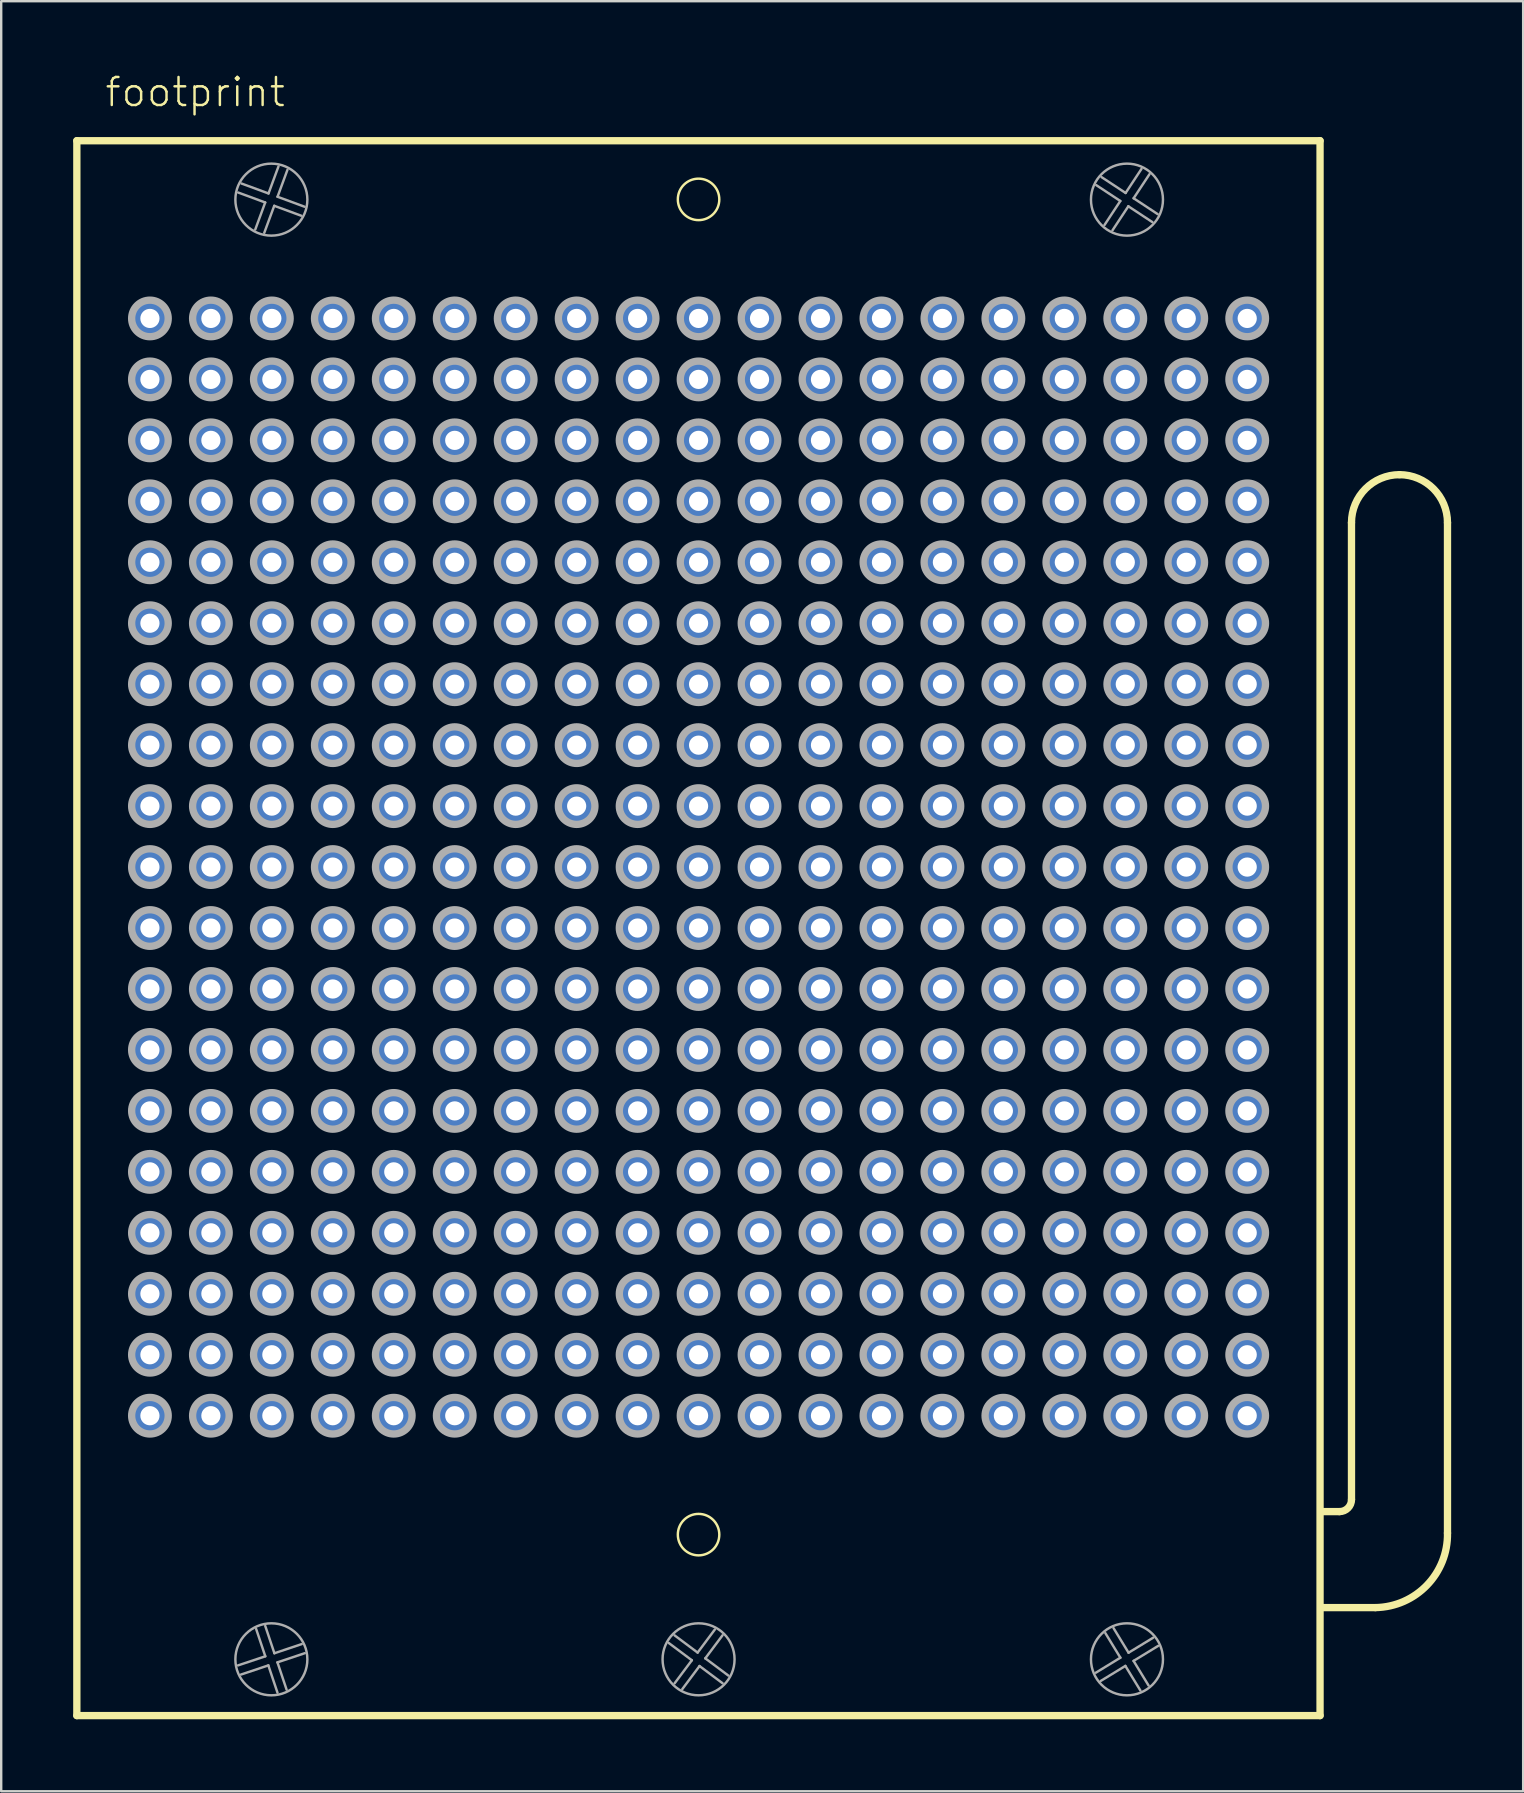
<source format=kicad_pcb>
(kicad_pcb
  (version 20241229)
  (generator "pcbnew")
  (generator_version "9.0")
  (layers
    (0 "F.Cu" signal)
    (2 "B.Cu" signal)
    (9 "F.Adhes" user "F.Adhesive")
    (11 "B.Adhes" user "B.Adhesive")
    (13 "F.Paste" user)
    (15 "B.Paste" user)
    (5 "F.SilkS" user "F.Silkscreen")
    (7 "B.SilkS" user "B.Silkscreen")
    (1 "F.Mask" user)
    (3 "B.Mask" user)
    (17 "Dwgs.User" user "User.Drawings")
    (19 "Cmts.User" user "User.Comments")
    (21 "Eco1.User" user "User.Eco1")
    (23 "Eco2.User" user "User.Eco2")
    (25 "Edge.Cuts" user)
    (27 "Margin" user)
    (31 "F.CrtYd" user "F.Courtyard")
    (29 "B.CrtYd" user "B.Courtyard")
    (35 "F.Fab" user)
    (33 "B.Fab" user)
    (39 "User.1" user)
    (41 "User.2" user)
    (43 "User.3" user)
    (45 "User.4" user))
  (footprint "footprint"
    (layer "F.Cu")
    (at 26.057 33.078)
    (property "Reference" "footprint" (at -24.795 -31.605 0) (layer "F.SilkS") (effects (font (size 1.168 1.168) (thickness 0.102)) (justify left bottom)))
    (fp_line (start -25.905 -30.265) (end 25.895 -30.265) (stroke (width 0.305) (type solid)) (layer "F.SilkS"))
    (fp_line (start -25.905 35.355) (end -25.905 -30.265) (stroke (width 0.305) (type solid)) (layer "F.SilkS"))
    (fp_line (start 25.895 -30.265) (end 25.895 35.355) (stroke (width 0.305) (type solid)) (layer "F.SilkS"))
    (fp_line (start 25.895 35.355) (end -25.905 35.355) (stroke (width 0.305) (type solid)) (layer "F.SilkS"))
    (fp_line (start 26.705 26.855) (end 25.941 26.855) (stroke (width 0.305) (type solid)) (layer "F.SilkS"))
    (fp_line (start 27.205 26.355) (end 27.205 -14.35) (stroke (width 0.305) (type solid)) (layer "F.SilkS"))
    (fp_line (start 28.205 30.855) (end 25.941 30.855) (stroke (width 0.305) (type solid)) (layer "F.SilkS"))
    (fp_line (start 31.205 -14.35) (end 31.205 27.75) (stroke (width 0.305) (type solid)) (layer "F.SilkS"))
    (fp_arc (start 27.205 -14.35) (mid 27.790786 -15.764214) (end 29.205 -16.35) (stroke (width 0.3048) (type solid)) (layer "F.SilkS"))
    (fp_arc (start 27.205 26.355) (mid 27.058553 26.708553) (end 26.705 26.855) (stroke (width 0.3048) (type solid)) (layer "F.SilkS"))
    (fp_arc (start 29.205 -16.35) (mid 30.619214 -15.764214) (end 31.205 -14.35) (stroke (width 0.3048) (type solid)) (layer "F.SilkS"))
    (fp_arc (start 31.205 27.75) (mid 30.348067 29.92382) (end 28.205 30.855) (stroke (width 0.3048) (type solid)) (layer "F.SilkS"))
    (fp_circle (center 0 -27.82) (end 0.864 -27.82) (stroke (width 0.102) (type solid)) (fill no) (layer "F.SilkS"))
    (fp_circle (center 0 27.815) (end 0.864 27.815) (stroke (width 0.102) (type solid)) (fill no) (layer "F.SilkS"))
    (fp_line (start -19.191 33.264) (end -18.053 32.884) (stroke (width 0.102) (type solid)) (layer "F.Fab"))
    (fp_line (start -19.045 -28.481) (end -17.919 -28.067) (stroke (width 0.102) (type solid)) (layer "F.Fab"))
    (fp_line (start -18.471 -26.565) (end -18.057 -27.691) (stroke (width 0.102) (type solid)) (layer "F.Fab"))
    (fp_line (start -18.057 -27.691) (end -19.183 -28.106) (stroke (width 0.102) (type solid)) (layer "F.Fab"))
    (fp_line (start -18.055 31.619) (end -17.674 32.757) (stroke (width 0.102) (type solid)) (layer "F.Fab"))
    (fp_line (start -18.053 32.884) (end -18.434 31.746) (stroke (width 0.102) (type solid)) (layer "F.Fab"))
    (fp_line (start -17.926 33.263) (end -19.064 33.644) (stroke (width 0.102) (type solid)) (layer "F.Fab"))
    (fp_line (start -17.919 -28.067) (end -17.504 -29.193) (stroke (width 0.102) (type solid)) (layer "F.Fab"))
    (fp_line (start -17.681 -27.553) (end -18.096 -26.427) (stroke (width 0.102) (type solid)) (layer "F.Fab"))
    (fp_line (start -17.674 32.757) (end -16.536 32.376) (stroke (width 0.102) (type solid)) (layer "F.Fab"))
    (fp_line (start -17.547 33.136) (end -17.166 34.274) (stroke (width 0.102) (type solid)) (layer "F.Fab"))
    (fp_line (start -17.545 34.401) (end -17.926 33.263) (stroke (width 0.102) (type solid)) (layer "F.Fab"))
    (fp_line (start -17.543 -27.929) (end -16.417 -27.514) (stroke (width 0.102) (type solid)) (layer "F.Fab"))
    (fp_line (start -17.129 -29.055) (end -17.543 -27.929) (stroke (width 0.102) (type solid)) (layer "F.Fab"))
    (fp_line (start -16.555 -27.139) (end -17.681 -27.553) (stroke (width 0.102) (type solid)) (layer "F.Fab"))
    (fp_line (start -16.409 32.755) (end -17.547 33.136) (stroke (width 0.102) (type solid)) (layer "F.Fab"))
    (fp_line (start -1.001 32.011) (end -0.04 32.73) (stroke (width 0.102) (type solid)) (layer "F.Fab"))
    (fp_line (start -0.999 34.011) (end -0.28 33.05) (stroke (width 0.102) (type solid)) (layer "F.Fab"))
    (fp_line (start -0.28 33.05) (end -1.241 32.331) (stroke (width 0.102) (type solid)) (layer "F.Fab"))
    (fp_line (start -0.04 32.73) (end 0.678 31.769) (stroke (width 0.102) (type solid)) (layer "F.Fab"))
    (fp_line (start 0.04 33.29) (end -0.678 34.251) (stroke (width 0.102) (type solid)) (layer "F.Fab"))
    (fp_line (start 0.28 32.97) (end 1.241 33.688) (stroke (width 0.102) (type solid)) (layer "F.Fab"))
    (fp_line (start 0.999 32.009) (end 0.28 32.97) (stroke (width 0.102) (type solid)) (layer "F.Fab"))
    (fp_line (start 1.001 34.009) (end 0.04 33.29) (stroke (width 0.102) (type solid)) (layer "F.Fab"))
    (fp_line (start 16.551 33.569) (end 17.575 32.943) (stroke (width 0.102) (type solid)) (layer "F.Fab"))
    (fp_line (start 16.791 -28.748) (end 17.793 -28.087) (stroke (width 0.102) (type solid)) (layer "F.Fab"))
    (fp_line (start 16.912 -26.751) (end 17.573 -27.753) (stroke (width 0.102) (type solid)) (layer "F.Fab"))
    (fp_line (start 17.291 31.711) (end 17.916 32.735) (stroke (width 0.102) (type solid)) (layer "F.Fab"))
    (fp_line (start 17.573 -27.753) (end 16.571 -28.414) (stroke (width 0.102) (type solid)) (layer "F.Fab"))
    (fp_line (start 17.575 32.943) (end 16.95 31.919) (stroke (width 0.102) (type solid)) (layer "F.Fab"))
    (fp_line (start 17.783 33.285) (end 16.759 33.91) (stroke (width 0.102) (type solid)) (layer "F.Fab"))
    (fp_line (start 17.793 -28.087) (end 18.454 -29.089) (stroke (width 0.102) (type solid)) (layer "F.Fab"))
    (fp_line (start 17.907 -27.533) (end 17.246 -26.531) (stroke (width 0.102) (type solid)) (layer "F.Fab"))
    (fp_line (start 17.916 32.735) (end 18.941 32.11) (stroke (width 0.102) (type solid)) (layer "F.Fab"))
    (fp_line (start 18.125 33.076) (end 18.75 34.101) (stroke (width 0.102) (type solid)) (layer "F.Fab"))
    (fp_line (start 18.127 -27.867) (end 19.129 -27.206) (stroke (width 0.102) (type solid)) (layer "F.Fab"))
    (fp_line (start 18.409 34.309) (end 17.783 33.285) (stroke (width 0.102) (type solid)) (layer "F.Fab"))
    (fp_line (start 18.788 -28.869) (end 18.127 -27.867) (stroke (width 0.102) (type solid)) (layer "F.Fab"))
    (fp_line (start 18.909 -26.872) (end 17.907 -27.533) (stroke (width 0.102) (type solid)) (layer "F.Fab"))
    (fp_line (start 19.149 32.451) (end 18.125 33.076) (stroke (width 0.102) (type solid)) (layer "F.Fab"))
    (fp_circle (center -22.86 -22.86) (end -22.098 -22.86) (stroke (width 0.305) (type solid)) (fill no) (layer "F.Fab"))
    (fp_circle (center -22.86 -20.32) (end -22.098 -20.32) (stroke (width 0.305) (type solid)) (fill no) (layer "F.Fab"))
    (fp_circle (center -22.86 -17.78) (end -22.098 -17.78) (stroke (width 0.305) (type solid)) (fill no) (layer "F.Fab"))
    (fp_circle (center -22.86 -15.24) (end -22.098 -15.24) (stroke (width 0.305) (type solid)) (fill no) (layer "F.Fab"))
    (fp_circle (center -22.86 -12.7) (end -22.098 -12.7) (stroke (width 0.305) (type solid)) (fill no) (layer "F.Fab"))
    (fp_circle (center -22.86 -10.16) (end -22.098 -10.16) (stroke (width 0.305) (type solid)) (fill no) (layer "F.Fab"))
    (fp_circle (center -22.86 -7.62) (end -22.098 -7.62) (stroke (width 0.305) (type solid)) (fill no) (layer "F.Fab"))
    (fp_circle (center -22.86 -5.08) (end -22.098 -5.08) (stroke (width 0.305) (type solid)) (fill no) (layer "F.Fab"))
    (fp_circle (center -22.86 -2.54) (end -22.098 -2.54) (stroke (width 0.305) (type solid)) (fill no) (layer "F.Fab"))
    (fp_circle (center -22.86 0) (end -22.098 0) (stroke (width 0.305) (type solid)) (fill no) (layer "F.Fab"))
    (fp_circle (center -22.86 2.54) (end -22.098 2.54) (stroke (width 0.305) (type solid)) (fill no) (layer "F.Fab"))
    (fp_circle (center -22.86 5.08) (end -22.098 5.08) (stroke (width 0.305) (type solid)) (fill no) (layer "F.Fab"))
    (fp_circle (center -22.86 7.62) (end -22.098 7.62) (stroke (width 0.305) (type solid)) (fill no) (layer "F.Fab"))
    (fp_circle (center -22.86 10.16) (end -22.098 10.16) (stroke (width 0.305) (type solid)) (fill no) (layer "F.Fab"))
    (fp_circle (center -22.86 12.7) (end -22.098 12.7) (stroke (width 0.305) (type solid)) (fill no) (layer "F.Fab"))
    (fp_circle (center -22.86 15.24) (end -22.098 15.24) (stroke (width 0.305) (type solid)) (fill no) (layer "F.Fab"))
    (fp_circle (center -22.86 17.78) (end -22.098 17.78) (stroke (width 0.305) (type solid)) (fill no) (layer "F.Fab"))
    (fp_circle (center -22.86 20.32) (end -22.098 20.32) (stroke (width 0.305) (type solid)) (fill no) (layer "F.Fab"))
    (fp_circle (center -22.86 22.86) (end -22.098 22.86) (stroke (width 0.305) (type solid)) (fill no) (layer "F.Fab"))
    (fp_circle (center -20.32 -22.86) (end -19.558 -22.86) (stroke (width 0.305) (type solid)) (fill no) (layer "F.Fab"))
    (fp_circle (center -20.32 -20.32) (end -19.558 -20.32) (stroke (width 0.305) (type solid)) (fill no) (layer "F.Fab"))
    (fp_circle (center -20.32 -17.78) (end -19.558 -17.78) (stroke (width 0.305) (type solid)) (fill no) (layer "F.Fab"))
    (fp_circle (center -20.32 -15.24) (end -19.558 -15.24) (stroke (width 0.305) (type solid)) (fill no) (layer "F.Fab"))
    (fp_circle (center -20.32 -12.7) (end -19.558 -12.7) (stroke (width 0.305) (type solid)) (fill no) (layer "F.Fab"))
    (fp_circle (center -20.32 -10.16) (end -19.558 -10.16) (stroke (width 0.305) (type solid)) (fill no) (layer "F.Fab"))
    (fp_circle (center -20.32 -7.62) (end -19.558 -7.62) (stroke (width 0.305) (type solid)) (fill no) (layer "F.Fab"))
    (fp_circle (center -20.32 -5.08) (end -19.558 -5.08) (stroke (width 0.305) (type solid)) (fill no) (layer "F.Fab"))
    (fp_circle (center -20.32 -2.54) (end -19.558 -2.54) (stroke (width 0.305) (type solid)) (fill no) (layer "F.Fab"))
    (fp_circle (center -20.32 0) (end -19.558 0) (stroke (width 0.305) (type solid)) (fill no) (layer "F.Fab"))
    (fp_circle (center -20.32 2.54) (end -19.558 2.54) (stroke (width 0.305) (type solid)) (fill no) (layer "F.Fab"))
    (fp_circle (center -20.32 5.08) (end -19.558 5.08) (stroke (width 0.305) (type solid)) (fill no) (layer "F.Fab"))
    (fp_circle (center -20.32 7.62) (end -19.558 7.62) (stroke (width 0.305) (type solid)) (fill no) (layer "F.Fab"))
    (fp_circle (center -20.32 10.16) (end -19.558 10.16) (stroke (width 0.305) (type solid)) (fill no) (layer "F.Fab"))
    (fp_circle (center -20.32 12.7) (end -19.558 12.7) (stroke (width 0.305) (type solid)) (fill no) (layer "F.Fab"))
    (fp_circle (center -20.32 15.24) (end -19.558 15.24) (stroke (width 0.305) (type solid)) (fill no) (layer "F.Fab"))
    (fp_circle (center -20.32 17.78) (end -19.558 17.78) (stroke (width 0.305) (type solid)) (fill no) (layer "F.Fab"))
    (fp_circle (center -20.32 20.32) (end -19.558 20.32) (stroke (width 0.305) (type solid)) (fill no) (layer "F.Fab"))
    (fp_circle (center -20.32 22.86) (end -19.558 22.86) (stroke (width 0.305) (type solid)) (fill no) (layer "F.Fab"))
    (fp_circle (center -17.8 -27.81) (end -16.3 -27.81) (stroke (width 0.102) (type solid)) (fill no) (layer "F.Fab"))
    (fp_circle (center -17.8 33.01) (end -16.3 33.01) (stroke (width 0.102) (type solid)) (fill no) (layer "F.Fab"))
    (fp_circle (center -17.78 -22.86) (end -17.018 -22.86) (stroke (width 0.305) (type solid)) (fill no) (layer "F.Fab"))
    (fp_circle (center -17.78 -20.32) (end -17.018 -20.32) (stroke (width 0.305) (type solid)) (fill no) (layer "F.Fab"))
    (fp_circle (center -17.78 -17.78) (end -17.018 -17.78) (stroke (width 0.305) (type solid)) (fill no) (layer "F.Fab"))
    (fp_circle (center -17.78 -15.24) (end -17.018 -15.24) (stroke (width 0.305) (type solid)) (fill no) (layer "F.Fab"))
    (fp_circle (center -17.78 -12.7) (end -17.018 -12.7) (stroke (width 0.305) (type solid)) (fill no) (layer "F.Fab"))
    (fp_circle (center -17.78 -10.16) (end -17.018 -10.16) (stroke (width 0.305) (type solid)) (fill no) (layer "F.Fab"))
    (fp_circle (center -17.78 -7.62) (end -17.018 -7.62) (stroke (width 0.305) (type solid)) (fill no) (layer "F.Fab"))
    (fp_circle (center -17.78 -5.08) (end -17.018 -5.08) (stroke (width 0.305) (type solid)) (fill no) (layer "F.Fab"))
    (fp_circle (center -17.78 -2.54) (end -17.018 -2.54) (stroke (width 0.305) (type solid)) (fill no) (layer "F.Fab"))
    (fp_circle (center -17.78 0) (end -17.018 0) (stroke (width 0.305) (type solid)) (fill no) (layer "F.Fab"))
    (fp_circle (center -17.78 2.54) (end -17.018 2.54) (stroke (width 0.305) (type solid)) (fill no) (layer "F.Fab"))
    (fp_circle (center -17.78 5.08) (end -17.018 5.08) (stroke (width 0.305) (type solid)) (fill no) (layer "F.Fab"))
    (fp_circle (center -17.78 7.62) (end -17.018 7.62) (stroke (width 0.305) (type solid)) (fill no) (layer "F.Fab"))
    (fp_circle (center -17.78 10.16) (end -17.018 10.16) (stroke (width 0.305) (type solid)) (fill no) (layer "F.Fab"))
    (fp_circle (center -17.78 12.7) (end -17.018 12.7) (stroke (width 0.305) (type solid)) (fill no) (layer "F.Fab"))
    (fp_circle (center -17.78 15.24) (end -17.018 15.24) (stroke (width 0.305) (type solid)) (fill no) (layer "F.Fab"))
    (fp_circle (center -17.78 17.78) (end -17.018 17.78) (stroke (width 0.305) (type solid)) (fill no) (layer "F.Fab"))
    (fp_circle (center -17.78 20.32) (end -17.018 20.32) (stroke (width 0.305) (type solid)) (fill no) (layer "F.Fab"))
    (fp_circle (center -17.78 22.86) (end -17.018 22.86) (stroke (width 0.305) (type solid)) (fill no) (layer "F.Fab"))
    (fp_circle (center -15.24 -22.86) (end -14.478 -22.86) (stroke (width 0.305) (type solid)) (fill no) (layer "F.Fab"))
    (fp_circle (center -15.24 -20.32) (end -14.478 -20.32) (stroke (width 0.305) (type solid)) (fill no) (layer "F.Fab"))
    (fp_circle (center -15.24 -17.78) (end -14.478 -17.78) (stroke (width 0.305) (type solid)) (fill no) (layer "F.Fab"))
    (fp_circle (center -15.24 -15.24) (end -14.478 -15.24) (stroke (width 0.305) (type solid)) (fill no) (layer "F.Fab"))
    (fp_circle (center -15.24 -12.7) (end -14.478 -12.7) (stroke (width 0.305) (type solid)) (fill no) (layer "F.Fab"))
    (fp_circle (center -15.24 -10.16) (end -14.478 -10.16) (stroke (width 0.305) (type solid)) (fill no) (layer "F.Fab"))
    (fp_circle (center -15.24 -7.62) (end -14.478 -7.62) (stroke (width 0.305) (type solid)) (fill no) (layer "F.Fab"))
    (fp_circle (center -15.24 -5.08) (end -14.478 -5.08) (stroke (width 0.305) (type solid)) (fill no) (layer "F.Fab"))
    (fp_circle (center -15.24 -2.54) (end -14.478 -2.54) (stroke (width 0.305) (type solid)) (fill no) (layer "F.Fab"))
    (fp_circle (center -15.24 0) (end -14.478 0) (stroke (width 0.305) (type solid)) (fill no) (layer "F.Fab"))
    (fp_circle (center -15.24 2.54) (end -14.478 2.54) (stroke (width 0.305) (type solid)) (fill no) (layer "F.Fab"))
    (fp_circle (center -15.24 5.08) (end -14.478 5.08) (stroke (width 0.305) (type solid)) (fill no) (layer "F.Fab"))
    (fp_circle (center -15.24 7.62) (end -14.478 7.62) (stroke (width 0.305) (type solid)) (fill no) (layer "F.Fab"))
    (fp_circle (center -15.24 10.16) (end -14.478 10.16) (stroke (width 0.305) (type solid)) (fill no) (layer "F.Fab"))
    (fp_circle (center -15.24 12.7) (end -14.478 12.7) (stroke (width 0.305) (type solid)) (fill no) (layer "F.Fab"))
    (fp_circle (center -15.24 15.24) (end -14.478 15.24) (stroke (width 0.305) (type solid)) (fill no) (layer "F.Fab"))
    (fp_circle (center -15.24 17.78) (end -14.478 17.78) (stroke (width 0.305) (type solid)) (fill no) (layer "F.Fab"))
    (fp_circle (center -15.24 20.32) (end -14.478 20.32) (stroke (width 0.305) (type solid)) (fill no) (layer "F.Fab"))
    (fp_circle (center -15.24 22.86) (end -14.478 22.86) (stroke (width 0.305) (type solid)) (fill no) (layer "F.Fab"))
    (fp_circle (center -12.7 -22.86) (end -11.938 -22.86) (stroke (width 0.305) (type solid)) (fill no) (layer "F.Fab"))
    (fp_circle (center -12.7 -20.32) (end -11.938 -20.32) (stroke (width 0.305) (type solid)) (fill no) (layer "F.Fab"))
    (fp_circle (center -12.7 -17.78) (end -11.938 -17.78) (stroke (width 0.305) (type solid)) (fill no) (layer "F.Fab"))
    (fp_circle (center -12.7 -15.24) (end -11.938 -15.24) (stroke (width 0.305) (type solid)) (fill no) (layer "F.Fab"))
    (fp_circle (center -12.7 -12.7) (end -11.938 -12.7) (stroke (width 0.305) (type solid)) (fill no) (layer "F.Fab"))
    (fp_circle (center -12.7 -10.16) (end -11.938 -10.16) (stroke (width 0.305) (type solid)) (fill no) (layer "F.Fab"))
    (fp_circle (center -12.7 -7.62) (end -11.938 -7.62) (stroke (width 0.305) (type solid)) (fill no) (layer "F.Fab"))
    (fp_circle (center -12.7 -5.08) (end -11.938 -5.08) (stroke (width 0.305) (type solid)) (fill no) (layer "F.Fab"))
    (fp_circle (center -12.7 -2.54) (end -11.938 -2.54) (stroke (width 0.305) (type solid)) (fill no) (layer "F.Fab"))
    (fp_circle (center -12.7 0) (end -11.938 0) (stroke (width 0.305) (type solid)) (fill no) (layer "F.Fab"))
    (fp_circle (center -12.7 2.54) (end -11.938 2.54) (stroke (width 0.305) (type solid)) (fill no) (layer "F.Fab"))
    (fp_circle (center -12.7 5.08) (end -11.938 5.08) (stroke (width 0.305) (type solid)) (fill no) (layer "F.Fab"))
    (fp_circle (center -12.7 7.62) (end -11.938 7.62) (stroke (width 0.305) (type solid)) (fill no) (layer "F.Fab"))
    (fp_circle (center -12.7 10.16) (end -11.938 10.16) (stroke (width 0.305) (type solid)) (fill no) (layer "F.Fab"))
    (fp_circle (center -12.7 12.7) (end -11.938 12.7) (stroke (width 0.305) (type solid)) (fill no) (layer "F.Fab"))
    (fp_circle (center -12.7 15.24) (end -11.938 15.24) (stroke (width 0.305) (type solid)) (fill no) (layer "F.Fab"))
    (fp_circle (center -12.7 17.78) (end -11.938 17.78) (stroke (width 0.305) (type solid)) (fill no) (layer "F.Fab"))
    (fp_circle (center -12.7 20.32) (end -11.938 20.32) (stroke (width 0.305) (type solid)) (fill no) (layer "F.Fab"))
    (fp_circle (center -12.7 22.86) (end -11.938 22.86) (stroke (width 0.305) (type solid)) (fill no) (layer "F.Fab"))
    (fp_circle (center -10.16 -22.86) (end -9.398 -22.86) (stroke (width 0.305) (type solid)) (fill no) (layer "F.Fab"))
    (fp_circle (center -10.16 -20.32) (end -9.398 -20.32) (stroke (width 0.305) (type solid)) (fill no) (layer "F.Fab"))
    (fp_circle (center -10.16 -17.78) (end -9.398 -17.78) (stroke (width 0.305) (type solid)) (fill no) (layer "F.Fab"))
    (fp_circle (center -10.16 -15.24) (end -9.398 -15.24) (stroke (width 0.305) (type solid)) (fill no) (layer "F.Fab"))
    (fp_circle (center -10.16 -12.7) (end -9.398 -12.7) (stroke (width 0.305) (type solid)) (fill no) (layer "F.Fab"))
    (fp_circle (center -10.16 -10.16) (end -9.398 -10.16) (stroke (width 0.305) (type solid)) (fill no) (layer "F.Fab"))
    (fp_circle (center -10.16 -7.62) (end -9.398 -7.62) (stroke (width 0.305) (type solid)) (fill no) (layer "F.Fab"))
    (fp_circle (center -10.16 -5.08) (end -9.398 -5.08) (stroke (width 0.305) (type solid)) (fill no) (layer "F.Fab"))
    (fp_circle (center -10.16 -2.54) (end -9.398 -2.54) (stroke (width 0.305) (type solid)) (fill no) (layer "F.Fab"))
    (fp_circle (center -10.16 0) (end -9.398 0) (stroke (width 0.305) (type solid)) (fill no) (layer "F.Fab"))
    (fp_circle (center -10.16 2.54) (end -9.398 2.54) (stroke (width 0.305) (type solid)) (fill no) (layer "F.Fab"))
    (fp_circle (center -10.16 5.08) (end -9.398 5.08) (stroke (width 0.305) (type solid)) (fill no) (layer "F.Fab"))
    (fp_circle (center -10.16 7.62) (end -9.398 7.62) (stroke (width 0.305) (type solid)) (fill no) (layer "F.Fab"))
    (fp_circle (center -10.16 10.16) (end -9.398 10.16) (stroke (width 0.305) (type solid)) (fill no) (layer "F.Fab"))
    (fp_circle (center -10.16 12.7) (end -9.398 12.7) (stroke (width 0.305) (type solid)) (fill no) (layer "F.Fab"))
    (fp_circle (center -10.16 15.24) (end -9.398 15.24) (stroke (width 0.305) (type solid)) (fill no) (layer "F.Fab"))
    (fp_circle (center -10.16 17.78) (end -9.398 17.78) (stroke (width 0.305) (type solid)) (fill no) (layer "F.Fab"))
    (fp_circle (center -10.16 20.32) (end -9.398 20.32) (stroke (width 0.305) (type solid)) (fill no) (layer "F.Fab"))
    (fp_circle (center -10.16 22.86) (end -9.398 22.86) (stroke (width 0.305) (type solid)) (fill no) (layer "F.Fab"))
    (fp_circle (center -7.62 -22.86) (end -6.858 -22.86) (stroke (width 0.305) (type solid)) (fill no) (layer "F.Fab"))
    (fp_circle (center -7.62 -20.32) (end -6.858 -20.32) (stroke (width 0.305) (type solid)) (fill no) (layer "F.Fab"))
    (fp_circle (center -7.62 -17.78) (end -6.858 -17.78) (stroke (width 0.305) (type solid)) (fill no) (layer "F.Fab"))
    (fp_circle (center -7.62 -15.24) (end -6.858 -15.24) (stroke (width 0.305) (type solid)) (fill no) (layer "F.Fab"))
    (fp_circle (center -7.62 -12.7) (end -6.858 -12.7) (stroke (width 0.305) (type solid)) (fill no) (layer "F.Fab"))
    (fp_circle (center -7.62 -10.16) (end -6.858 -10.16) (stroke (width 0.305) (type solid)) (fill no) (layer "F.Fab"))
    (fp_circle (center -7.62 -7.62) (end -6.858 -7.62) (stroke (width 0.305) (type solid)) (fill no) (layer "F.Fab"))
    (fp_circle (center -7.62 -5.08) (end -6.858 -5.08) (stroke (width 0.305) (type solid)) (fill no) (layer "F.Fab"))
    (fp_circle (center -7.62 -2.54) (end -6.858 -2.54) (stroke (width 0.305) (type solid)) (fill no) (layer "F.Fab"))
    (fp_circle (center -7.62 0) (end -6.858 0) (stroke (width 0.305) (type solid)) (fill no) (layer "F.Fab"))
    (fp_circle (center -7.62 2.54) (end -6.858 2.54) (stroke (width 0.305) (type solid)) (fill no) (layer "F.Fab"))
    (fp_circle (center -7.62 5.08) (end -6.858 5.08) (stroke (width 0.305) (type solid)) (fill no) (layer "F.Fab"))
    (fp_circle (center -7.62 7.62) (end -6.858 7.62) (stroke (width 0.305) (type solid)) (fill no) (layer "F.Fab"))
    (fp_circle (center -7.62 10.16) (end -6.858 10.16) (stroke (width 0.305) (type solid)) (fill no) (layer "F.Fab"))
    (fp_circle (center -7.62 12.7) (end -6.858 12.7) (stroke (width 0.305) (type solid)) (fill no) (layer "F.Fab"))
    (fp_circle (center -7.62 15.24) (end -6.858 15.24) (stroke (width 0.305) (type solid)) (fill no) (layer "F.Fab"))
    (fp_circle (center -7.62 17.78) (end -6.858 17.78) (stroke (width 0.305) (type solid)) (fill no) (layer "F.Fab"))
    (fp_circle (center -7.62 20.32) (end -6.858 20.32) (stroke (width 0.305) (type solid)) (fill no) (layer "F.Fab"))
    (fp_circle (center -7.62 22.86) (end -6.858 22.86) (stroke (width 0.305) (type solid)) (fill no) (layer "F.Fab"))
    (fp_circle (center -5.08 -22.86) (end -4.318 -22.86) (stroke (width 0.305) (type solid)) (fill no) (layer "F.Fab"))
    (fp_circle (center -5.08 -20.32) (end -4.318 -20.32) (stroke (width 0.305) (type solid)) (fill no) (layer "F.Fab"))
    (fp_circle (center -5.08 -17.78) (end -4.318 -17.78) (stroke (width 0.305) (type solid)) (fill no) (layer "F.Fab"))
    (fp_circle (center -5.08 -15.24) (end -4.318 -15.24) (stroke (width 0.305) (type solid)) (fill no) (layer "F.Fab"))
    (fp_circle (center -5.08 -12.7) (end -4.318 -12.7) (stroke (width 0.305) (type solid)) (fill no) (layer "F.Fab"))
    (fp_circle (center -5.08 -10.16) (end -4.318 -10.16) (stroke (width 0.305) (type solid)) (fill no) (layer "F.Fab"))
    (fp_circle (center -5.08 -7.62) (end -4.318 -7.62) (stroke (width 0.305) (type solid)) (fill no) (layer "F.Fab"))
    (fp_circle (center -5.08 -5.08) (end -4.318 -5.08) (stroke (width 0.305) (type solid)) (fill no) (layer "F.Fab"))
    (fp_circle (center -5.08 -2.54) (end -4.318 -2.54) (stroke (width 0.305) (type solid)) (fill no) (layer "F.Fab"))
    (fp_circle (center -5.08 0) (end -4.318 0) (stroke (width 0.305) (type solid)) (fill no) (layer "F.Fab"))
    (fp_circle (center -5.08 2.54) (end -4.318 2.54) (stroke (width 0.305) (type solid)) (fill no) (layer "F.Fab"))
    (fp_circle (center -5.08 5.08) (end -4.318 5.08) (stroke (width 0.305) (type solid)) (fill no) (layer "F.Fab"))
    (fp_circle (center -5.08 7.62) (end -4.318 7.62) (stroke (width 0.305) (type solid)) (fill no) (layer "F.Fab"))
    (fp_circle (center -5.08 10.16) (end -4.318 10.16) (stroke (width 0.305) (type solid)) (fill no) (layer "F.Fab"))
    (fp_circle (center -5.08 12.7) (end -4.318 12.7) (stroke (width 0.305) (type solid)) (fill no) (layer "F.Fab"))
    (fp_circle (center -5.08 15.24) (end -4.318 15.24) (stroke (width 0.305) (type solid)) (fill no) (layer "F.Fab"))
    (fp_circle (center -5.08 17.78) (end -4.318 17.78) (stroke (width 0.305) (type solid)) (fill no) (layer "F.Fab"))
    (fp_circle (center -5.08 20.32) (end -4.318 20.32) (stroke (width 0.305) (type solid)) (fill no) (layer "F.Fab"))
    (fp_circle (center -5.08 22.86) (end -4.318 22.86) (stroke (width 0.305) (type solid)) (fill no) (layer "F.Fab"))
    (fp_circle (center -2.54 -22.86) (end -1.778 -22.86) (stroke (width 0.305) (type solid)) (fill no) (layer "F.Fab"))
    (fp_circle (center -2.54 -20.32) (end -1.778 -20.32) (stroke (width 0.305) (type solid)) (fill no) (layer "F.Fab"))
    (fp_circle (center -2.54 -17.78) (end -1.778 -17.78) (stroke (width 0.305) (type solid)) (fill no) (layer "F.Fab"))
    (fp_circle (center -2.54 -15.24) (end -1.778 -15.24) (stroke (width 0.305) (type solid)) (fill no) (layer "F.Fab"))
    (fp_circle (center -2.54 -12.7) (end -1.778 -12.7) (stroke (width 0.305) (type solid)) (fill no) (layer "F.Fab"))
    (fp_circle (center -2.54 -10.16) (end -1.778 -10.16) (stroke (width 0.305) (type solid)) (fill no) (layer "F.Fab"))
    (fp_circle (center -2.54 -7.62) (end -1.778 -7.62) (stroke (width 0.305) (type solid)) (fill no) (layer "F.Fab"))
    (fp_circle (center -2.54 -5.08) (end -1.778 -5.08) (stroke (width 0.305) (type solid)) (fill no) (layer "F.Fab"))
    (fp_circle (center -2.54 -2.54) (end -1.778 -2.54) (stroke (width 0.305) (type solid)) (fill no) (layer "F.Fab"))
    (fp_circle (center -2.54 0) (end -1.778 0) (stroke (width 0.305) (type solid)) (fill no) (layer "F.Fab"))
    (fp_circle (center -2.54 2.54) (end -1.778 2.54) (stroke (width 0.305) (type solid)) (fill no) (layer "F.Fab"))
    (fp_circle (center -2.54 5.08) (end -1.778 5.08) (stroke (width 0.305) (type solid)) (fill no) (layer "F.Fab"))
    (fp_circle (center -2.54 7.62) (end -1.778 7.62) (stroke (width 0.305) (type solid)) (fill no) (layer "F.Fab"))
    (fp_circle (center -2.54 10.16) (end -1.778 10.16) (stroke (width 0.305) (type solid)) (fill no) (layer "F.Fab"))
    (fp_circle (center -2.54 12.7) (end -1.778 12.7) (stroke (width 0.305) (type solid)) (fill no) (layer "F.Fab"))
    (fp_circle (center -2.54 15.24) (end -1.778 15.24) (stroke (width 0.305) (type solid)) (fill no) (layer "F.Fab"))
    (fp_circle (center -2.54 17.78) (end -1.778 17.78) (stroke (width 0.305) (type solid)) (fill no) (layer "F.Fab"))
    (fp_circle (center -2.54 20.32) (end -1.778 20.32) (stroke (width 0.305) (type solid)) (fill no) (layer "F.Fab"))
    (fp_circle (center -2.54 22.86) (end -1.778 22.86) (stroke (width 0.305) (type solid)) (fill no) (layer "F.Fab"))
    (fp_circle (center 0 -22.86) (end 0.762 -22.86) (stroke (width 0.305) (type solid)) (fill no) (layer "F.Fab"))
    (fp_circle (center 0 -20.32) (end 0.762 -20.32) (stroke (width 0.305) (type solid)) (fill no) (layer "F.Fab"))
    (fp_circle (center 0 -17.78) (end 0.762 -17.78) (stroke (width 0.305) (type solid)) (fill no) (layer "F.Fab"))
    (fp_circle (center 0 -15.24) (end 0.762 -15.24) (stroke (width 0.305) (type solid)) (fill no) (layer "F.Fab"))
    (fp_circle (center 0 -12.7) (end 0.762 -12.7) (stroke (width 0.305) (type solid)) (fill no) (layer "F.Fab"))
    (fp_circle (center 0 -10.16) (end 0.762 -10.16) (stroke (width 0.305) (type solid)) (fill no) (layer "F.Fab"))
    (fp_circle (center 0 -7.62) (end 0.762 -7.62) (stroke (width 0.305) (type solid)) (fill no) (layer "F.Fab"))
    (fp_circle (center 0 -5.08) (end 0.762 -5.08) (stroke (width 0.305) (type solid)) (fill no) (layer "F.Fab"))
    (fp_circle (center 0 -2.54) (end 0.762 -2.54) (stroke (width 0.305) (type solid)) (fill no) (layer "F.Fab"))
    (fp_circle (center 0 0) (end 0.762 0) (stroke (width 0.305) (type solid)) (fill no) (layer "F.Fab"))
    (fp_circle (center 0 2.54) (end 0.762 2.54) (stroke (width 0.305) (type solid)) (fill no) (layer "F.Fab"))
    (fp_circle (center 0 5.08) (end 0.762 5.08) (stroke (width 0.305) (type solid)) (fill no) (layer "F.Fab"))
    (fp_circle (center 0 7.62) (end 0.762 7.62) (stroke (width 0.305) (type solid)) (fill no) (layer "F.Fab"))
    (fp_circle (center 0 10.16) (end 0.762 10.16) (stroke (width 0.305) (type solid)) (fill no) (layer "F.Fab"))
    (fp_circle (center 0 12.7) (end 0.762 12.7) (stroke (width 0.305) (type solid)) (fill no) (layer "F.Fab"))
    (fp_circle (center 0 15.24) (end 0.762 15.24) (stroke (width 0.305) (type solid)) (fill no) (layer "F.Fab"))
    (fp_circle (center 0 17.78) (end 0.762 17.78) (stroke (width 0.305) (type solid)) (fill no) (layer "F.Fab"))
    (fp_circle (center 0 20.32) (end 0.762 20.32) (stroke (width 0.305) (type solid)) (fill no) (layer "F.Fab"))
    (fp_circle (center 0 22.86) (end 0.762 22.86) (stroke (width 0.305) (type solid)) (fill no) (layer "F.Fab"))
    (fp_circle (center 0 33.01) (end 1.5 33.01) (stroke (width 0.102) (type solid)) (fill no) (layer "F.Fab"))
    (fp_circle (center 2.54 -22.86) (end 3.302 -22.86) (stroke (width 0.305) (type solid)) (fill no) (layer "F.Fab"))
    (fp_circle (center 2.54 -20.32) (end 3.302 -20.32) (stroke (width 0.305) (type solid)) (fill no) (layer "F.Fab"))
    (fp_circle (center 2.54 -17.78) (end 3.302 -17.78) (stroke (width 0.305) (type solid)) (fill no) (layer "F.Fab"))
    (fp_circle (center 2.54 -15.24) (end 3.302 -15.24) (stroke (width 0.305) (type solid)) (fill no) (layer "F.Fab"))
    (fp_circle (center 2.54 -12.7) (end 3.302 -12.7) (stroke (width 0.305) (type solid)) (fill no) (layer "F.Fab"))
    (fp_circle (center 2.54 -10.16) (end 3.302 -10.16) (stroke (width 0.305) (type solid)) (fill no) (layer "F.Fab"))
    (fp_circle (center 2.54 -7.62) (end 3.302 -7.62) (stroke (width 0.305) (type solid)) (fill no) (layer "F.Fab"))
    (fp_circle (center 2.54 -5.08) (end 3.302 -5.08) (stroke (width 0.305) (type solid)) (fill no) (layer "F.Fab"))
    (fp_circle (center 2.54 -2.54) (end 3.302 -2.54) (stroke (width 0.305) (type solid)) (fill no) (layer "F.Fab"))
    (fp_circle (center 2.54 0) (end 3.302 0) (stroke (width 0.305) (type solid)) (fill no) (layer "F.Fab"))
    (fp_circle (center 2.54 2.54) (end 3.302 2.54) (stroke (width 0.305) (type solid)) (fill no) (layer "F.Fab"))
    (fp_circle (center 2.54 5.08) (end 3.302 5.08) (stroke (width 0.305) (type solid)) (fill no) (layer "F.Fab"))
    (fp_circle (center 2.54 7.62) (end 3.302 7.62) (stroke (width 0.305) (type solid)) (fill no) (layer "F.Fab"))
    (fp_circle (center 2.54 10.16) (end 3.302 10.16) (stroke (width 0.305) (type solid)) (fill no) (layer "F.Fab"))
    (fp_circle (center 2.54 12.7) (end 3.302 12.7) (stroke (width 0.305) (type solid)) (fill no) (layer "F.Fab"))
    (fp_circle (center 2.54 15.24) (end 3.302 15.24) (stroke (width 0.305) (type solid)) (fill no) (layer "F.Fab"))
    (fp_circle (center 2.54 17.78) (end 3.302 17.78) (stroke (width 0.305) (type solid)) (fill no) (layer "F.Fab"))
    (fp_circle (center 2.54 20.32) (end 3.302 20.32) (stroke (width 0.305) (type solid)) (fill no) (layer "F.Fab"))
    (fp_circle (center 2.54 22.86) (end 3.302 22.86) (stroke (width 0.305) (type solid)) (fill no) (layer "F.Fab"))
    (fp_circle (center 5.08 -22.86) (end 5.842 -22.86) (stroke (width 0.305) (type solid)) (fill no) (layer "F.Fab"))
    (fp_circle (center 5.08 -20.32) (end 5.842 -20.32) (stroke (width 0.305) (type solid)) (fill no) (layer "F.Fab"))
    (fp_circle (center 5.08 -17.78) (end 5.842 -17.78) (stroke (width 0.305) (type solid)) (fill no) (layer "F.Fab"))
    (fp_circle (center 5.08 -15.24) (end 5.842 -15.24) (stroke (width 0.305) (type solid)) (fill no) (layer "F.Fab"))
    (fp_circle (center 5.08 -12.7) (end 5.842 -12.7) (stroke (width 0.305) (type solid)) (fill no) (layer "F.Fab"))
    (fp_circle (center 5.08 -10.16) (end 5.842 -10.16) (stroke (width 0.305) (type solid)) (fill no) (layer "F.Fab"))
    (fp_circle (center 5.08 -7.62) (end 5.842 -7.62) (stroke (width 0.305) (type solid)) (fill no) (layer "F.Fab"))
    (fp_circle (center 5.08 -5.08) (end 5.842 -5.08) (stroke (width 0.305) (type solid)) (fill no) (layer "F.Fab"))
    (fp_circle (center 5.08 -2.54) (end 5.842 -2.54) (stroke (width 0.305) (type solid)) (fill no) (layer "F.Fab"))
    (fp_circle (center 5.08 0) (end 5.842 0) (stroke (width 0.305) (type solid)) (fill no) (layer "F.Fab"))
    (fp_circle (center 5.08 2.54) (end 5.842 2.54) (stroke (width 0.305) (type solid)) (fill no) (layer "F.Fab"))
    (fp_circle (center 5.08 5.08) (end 5.842 5.08) (stroke (width 0.305) (type solid)) (fill no) (layer "F.Fab"))
    (fp_circle (center 5.08 7.62) (end 5.842 7.62) (stroke (width 0.305) (type solid)) (fill no) (layer "F.Fab"))
    (fp_circle (center 5.08 10.16) (end 5.842 10.16) (stroke (width 0.305) (type solid)) (fill no) (layer "F.Fab"))
    (fp_circle (center 5.08 12.7) (end 5.842 12.7) (stroke (width 0.305) (type solid)) (fill no) (layer "F.Fab"))
    (fp_circle (center 5.08 15.24) (end 5.842 15.24) (stroke (width 0.305) (type solid)) (fill no) (layer "F.Fab"))
    (fp_circle (center 5.08 17.78) (end 5.842 17.78) (stroke (width 0.305) (type solid)) (fill no) (layer "F.Fab"))
    (fp_circle (center 5.08 20.32) (end 5.842 20.32) (stroke (width 0.305) (type solid)) (fill no) (layer "F.Fab"))
    (fp_circle (center 5.08 22.86) (end 5.842 22.86) (stroke (width 0.305) (type solid)) (fill no) (layer "F.Fab"))
    (fp_circle (center 7.62 -22.86) (end 8.382 -22.86) (stroke (width 0.305) (type solid)) (fill no) (layer "F.Fab"))
    (fp_circle (center 7.62 -20.32) (end 8.382 -20.32) (stroke (width 0.305) (type solid)) (fill no) (layer "F.Fab"))
    (fp_circle (center 7.62 -17.78) (end 8.382 -17.78) (stroke (width 0.305) (type solid)) (fill no) (layer "F.Fab"))
    (fp_circle (center 7.62 -15.24) (end 8.382 -15.24) (stroke (width 0.305) (type solid)) (fill no) (layer "F.Fab"))
    (fp_circle (center 7.62 -12.7) (end 8.382 -12.7) (stroke (width 0.305) (type solid)) (fill no) (layer "F.Fab"))
    (fp_circle (center 7.62 -10.16) (end 8.382 -10.16) (stroke (width 0.305) (type solid)) (fill no) (layer "F.Fab"))
    (fp_circle (center 7.62 -7.62) (end 8.382 -7.62) (stroke (width 0.305) (type solid)) (fill no) (layer "F.Fab"))
    (fp_circle (center 7.62 -5.08) (end 8.382 -5.08) (stroke (width 0.305) (type solid)) (fill no) (layer "F.Fab"))
    (fp_circle (center 7.62 -2.54) (end 8.382 -2.54) (stroke (width 0.305) (type solid)) (fill no) (layer "F.Fab"))
    (fp_circle (center 7.62 0) (end 8.382 0) (stroke (width 0.305) (type solid)) (fill no) (layer "F.Fab"))
    (fp_circle (center 7.62 2.54) (end 8.382 2.54) (stroke (width 0.305) (type solid)) (fill no) (layer "F.Fab"))
    (fp_circle (center 7.62 5.08) (end 8.382 5.08) (stroke (width 0.305) (type solid)) (fill no) (layer "F.Fab"))
    (fp_circle (center 7.62 7.62) (end 8.382 7.62) (stroke (width 0.305) (type solid)) (fill no) (layer "F.Fab"))
    (fp_circle (center 7.62 10.16) (end 8.382 10.16) (stroke (width 0.305) (type solid)) (fill no) (layer "F.Fab"))
    (fp_circle (center 7.62 12.7) (end 8.382 12.7) (stroke (width 0.305) (type solid)) (fill no) (layer "F.Fab"))
    (fp_circle (center 7.62 15.24) (end 8.382 15.24) (stroke (width 0.305) (type solid)) (fill no) (layer "F.Fab"))
    (fp_circle (center 7.62 17.78) (end 8.382 17.78) (stroke (width 0.305) (type solid)) (fill no) (layer "F.Fab"))
    (fp_circle (center 7.62 20.32) (end 8.382 20.32) (stroke (width 0.305) (type solid)) (fill no) (layer "F.Fab"))
    (fp_circle (center 7.62 22.86) (end 8.382 22.86) (stroke (width 0.305) (type solid)) (fill no) (layer "F.Fab"))
    (fp_circle (center 10.16 -22.86) (end 10.922 -22.86) (stroke (width 0.305) (type solid)) (fill no) (layer "F.Fab"))
    (fp_circle (center 10.16 -20.32) (end 10.922 -20.32) (stroke (width 0.305) (type solid)) (fill no) (layer "F.Fab"))
    (fp_circle (center 10.16 -17.78) (end 10.922 -17.78) (stroke (width 0.305) (type solid)) (fill no) (layer "F.Fab"))
    (fp_circle (center 10.16 -15.24) (end 10.922 -15.24) (stroke (width 0.305) (type solid)) (fill no) (layer "F.Fab"))
    (fp_circle (center 10.16 -12.7) (end 10.922 -12.7) (stroke (width 0.305) (type solid)) (fill no) (layer "F.Fab"))
    (fp_circle (center 10.16 -10.16) (end 10.922 -10.16) (stroke (width 0.305) (type solid)) (fill no) (layer "F.Fab"))
    (fp_circle (center 10.16 -7.62) (end 10.922 -7.62) (stroke (width 0.305) (type solid)) (fill no) (layer "F.Fab"))
    (fp_circle (center 10.16 -5.08) (end 10.922 -5.08) (stroke (width 0.305) (type solid)) (fill no) (layer "F.Fab"))
    (fp_circle (center 10.16 -2.54) (end 10.922 -2.54) (stroke (width 0.305) (type solid)) (fill no) (layer "F.Fab"))
    (fp_circle (center 10.16 0) (end 10.922 0) (stroke (width 0.305) (type solid)) (fill no) (layer "F.Fab"))
    (fp_circle (center 10.16 2.54) (end 10.922 2.54) (stroke (width 0.305) (type solid)) (fill no) (layer "F.Fab"))
    (fp_circle (center 10.16 5.08) (end 10.922 5.08) (stroke (width 0.305) (type solid)) (fill no) (layer "F.Fab"))
    (fp_circle (center 10.16 7.62) (end 10.922 7.62) (stroke (width 0.305) (type solid)) (fill no) (layer "F.Fab"))
    (fp_circle (center 10.16 10.16) (end 10.922 10.16) (stroke (width 0.305) (type solid)) (fill no) (layer "F.Fab"))
    (fp_circle (center 10.16 12.7) (end 10.922 12.7) (stroke (width 0.305) (type solid)) (fill no) (layer "F.Fab"))
    (fp_circle (center 10.16 15.24) (end 10.922 15.24) (stroke (width 0.305) (type solid)) (fill no) (layer "F.Fab"))
    (fp_circle (center 10.16 17.78) (end 10.922 17.78) (stroke (width 0.305) (type solid)) (fill no) (layer "F.Fab"))
    (fp_circle (center 10.16 20.32) (end 10.922 20.32) (stroke (width 0.305) (type solid)) (fill no) (layer "F.Fab"))
    (fp_circle (center 10.16 22.86) (end 10.922 22.86) (stroke (width 0.305) (type solid)) (fill no) (layer "F.Fab"))
    (fp_circle (center 12.7 -22.86) (end 13.462 -22.86) (stroke (width 0.305) (type solid)) (fill no) (layer "F.Fab"))
    (fp_circle (center 12.7 -20.32) (end 13.462 -20.32) (stroke (width 0.305) (type solid)) (fill no) (layer "F.Fab"))
    (fp_circle (center 12.7 -17.78) (end 13.462 -17.78) (stroke (width 0.305) (type solid)) (fill no) (layer "F.Fab"))
    (fp_circle (center 12.7 -15.24) (end 13.462 -15.24) (stroke (width 0.305) (type solid)) (fill no) (layer "F.Fab"))
    (fp_circle (center 12.7 -12.7) (end 13.462 -12.7) (stroke (width 0.305) (type solid)) (fill no) (layer "F.Fab"))
    (fp_circle (center 12.7 -10.16) (end 13.462 -10.16) (stroke (width 0.305) (type solid)) (fill no) (layer "F.Fab"))
    (fp_circle (center 12.7 -7.62) (end 13.462 -7.62) (stroke (width 0.305) (type solid)) (fill no) (layer "F.Fab"))
    (fp_circle (center 12.7 -5.08) (end 13.462 -5.08) (stroke (width 0.305) (type solid)) (fill no) (layer "F.Fab"))
    (fp_circle (center 12.7 -2.54) (end 13.462 -2.54) (stroke (width 0.305) (type solid)) (fill no) (layer "F.Fab"))
    (fp_circle (center 12.7 0) (end 13.462 0) (stroke (width 0.305) (type solid)) (fill no) (layer "F.Fab"))
    (fp_circle (center 12.7 2.54) (end 13.462 2.54) (stroke (width 0.305) (type solid)) (fill no) (layer "F.Fab"))
    (fp_circle (center 12.7 5.08) (end 13.462 5.08) (stroke (width 0.305) (type solid)) (fill no) (layer "F.Fab"))
    (fp_circle (center 12.7 7.62) (end 13.462 7.62) (stroke (width 0.305) (type solid)) (fill no) (layer "F.Fab"))
    (fp_circle (center 12.7 10.16) (end 13.462 10.16) (stroke (width 0.305) (type solid)) (fill no) (layer "F.Fab"))
    (fp_circle (center 12.7 12.7) (end 13.462 12.7) (stroke (width 0.305) (type solid)) (fill no) (layer "F.Fab"))
    (fp_circle (center 12.7 15.24) (end 13.462 15.24) (stroke (width 0.305) (type solid)) (fill no) (layer "F.Fab"))
    (fp_circle (center 12.7 17.78) (end 13.462 17.78) (stroke (width 0.305) (type solid)) (fill no) (layer "F.Fab"))
    (fp_circle (center 12.7 20.32) (end 13.462 20.32) (stroke (width 0.305) (type solid)) (fill no) (layer "F.Fab"))
    (fp_circle (center 12.7 22.86) (end 13.462 22.86) (stroke (width 0.305) (type solid)) (fill no) (layer "F.Fab"))
    (fp_circle (center 15.24 -22.86) (end 16.002 -22.86) (stroke (width 0.305) (type solid)) (fill no) (layer "F.Fab"))
    (fp_circle (center 15.24 -20.32) (end 16.002 -20.32) (stroke (width 0.305) (type solid)) (fill no) (layer "F.Fab"))
    (fp_circle (center 15.24 -17.78) (end 16.002 -17.78) (stroke (width 0.305) (type solid)) (fill no) (layer "F.Fab"))
    (fp_circle (center 15.24 -15.24) (end 16.002 -15.24) (stroke (width 0.305) (type solid)) (fill no) (layer "F.Fab"))
    (fp_circle (center 15.24 -12.7) (end 16.002 -12.7) (stroke (width 0.305) (type solid)) (fill no) (layer "F.Fab"))
    (fp_circle (center 15.24 -10.16) (end 16.002 -10.16) (stroke (width 0.305) (type solid)) (fill no) (layer "F.Fab"))
    (fp_circle (center 15.24 -7.62) (end 16.002 -7.62) (stroke (width 0.305) (type solid)) (fill no) (layer "F.Fab"))
    (fp_circle (center 15.24 -5.08) (end 16.002 -5.08) (stroke (width 0.305) (type solid)) (fill no) (layer "F.Fab"))
    (fp_circle (center 15.24 -2.54) (end 16.002 -2.54) (stroke (width 0.305) (type solid)) (fill no) (layer "F.Fab"))
    (fp_circle (center 15.24 0) (end 16.002 0) (stroke (width 0.305) (type solid)) (fill no) (layer "F.Fab"))
    (fp_circle (center 15.24 2.54) (end 16.002 2.54) (stroke (width 0.305) (type solid)) (fill no) (layer "F.Fab"))
    (fp_circle (center 15.24 5.08) (end 16.002 5.08) (stroke (width 0.305) (type solid)) (fill no) (layer "F.Fab"))
    (fp_circle (center 15.24 7.62) (end 16.002 7.62) (stroke (width 0.305) (type solid)) (fill no) (layer "F.Fab"))
    (fp_circle (center 15.24 10.16) (end 16.002 10.16) (stroke (width 0.305) (type solid)) (fill no) (layer "F.Fab"))
    (fp_circle (center 15.24 12.7) (end 16.002 12.7) (stroke (width 0.305) (type solid)) (fill no) (layer "F.Fab"))
    (fp_circle (center 15.24 15.24) (end 16.002 15.24) (stroke (width 0.305) (type solid)) (fill no) (layer "F.Fab"))
    (fp_circle (center 15.24 17.78) (end 16.002 17.78) (stroke (width 0.305) (type solid)) (fill no) (layer "F.Fab"))
    (fp_circle (center 15.24 20.32) (end 16.002 20.32) (stroke (width 0.305) (type solid)) (fill no) (layer "F.Fab"))
    (fp_circle (center 15.24 22.86) (end 16.002 22.86) (stroke (width 0.305) (type solid)) (fill no) (layer "F.Fab"))
    (fp_circle (center 17.78 -22.86) (end 18.542 -22.86) (stroke (width 0.305) (type solid)) (fill no) (layer "F.Fab"))
    (fp_circle (center 17.78 -20.32) (end 18.542 -20.32) (stroke (width 0.305) (type solid)) (fill no) (layer "F.Fab"))
    (fp_circle (center 17.78 -17.78) (end 18.542 -17.78) (stroke (width 0.305) (type solid)) (fill no) (layer "F.Fab"))
    (fp_circle (center 17.78 -15.24) (end 18.542 -15.24) (stroke (width 0.305) (type solid)) (fill no) (layer "F.Fab"))
    (fp_circle (center 17.78 -12.7) (end 18.542 -12.7) (stroke (width 0.305) (type solid)) (fill no) (layer "F.Fab"))
    (fp_circle (center 17.78 -10.16) (end 18.542 -10.16) (stroke (width 0.305) (type solid)) (fill no) (layer "F.Fab"))
    (fp_circle (center 17.78 -7.62) (end 18.542 -7.62) (stroke (width 0.305) (type solid)) (fill no) (layer "F.Fab"))
    (fp_circle (center 17.78 -5.08) (end 18.542 -5.08) (stroke (width 0.305) (type solid)) (fill no) (layer "F.Fab"))
    (fp_circle (center 17.78 -2.54) (end 18.542 -2.54) (stroke (width 0.305) (type solid)) (fill no) (layer "F.Fab"))
    (fp_circle (center 17.78 0) (end 18.542 0) (stroke (width 0.305) (type solid)) (fill no) (layer "F.Fab"))
    (fp_circle (center 17.78 2.54) (end 18.542 2.54) (stroke (width 0.305) (type solid)) (fill no) (layer "F.Fab"))
    (fp_circle (center 17.78 5.08) (end 18.542 5.08) (stroke (width 0.305) (type solid)) (fill no) (layer "F.Fab"))
    (fp_circle (center 17.78 7.62) (end 18.542 7.62) (stroke (width 0.305) (type solid)) (fill no) (layer "F.Fab"))
    (fp_circle (center 17.78 10.16) (end 18.542 10.16) (stroke (width 0.305) (type solid)) (fill no) (layer "F.Fab"))
    (fp_circle (center 17.78 12.7) (end 18.542 12.7) (stroke (width 0.305) (type solid)) (fill no) (layer "F.Fab"))
    (fp_circle (center 17.78 15.24) (end 18.542 15.24) (stroke (width 0.305) (type solid)) (fill no) (layer "F.Fab"))
    (fp_circle (center 17.78 17.78) (end 18.542 17.78) (stroke (width 0.305) (type solid)) (fill no) (layer "F.Fab"))
    (fp_circle (center 17.78 20.32) (end 18.542 20.32) (stroke (width 0.305) (type solid)) (fill no) (layer "F.Fab"))
    (fp_circle (center 17.78 22.86) (end 18.542 22.86) (stroke (width 0.305) (type solid)) (fill no) (layer "F.Fab"))
    (fp_circle (center 17.85 -27.81) (end 19.35 -27.81) (stroke (width 0.102) (type solid)) (fill no) (layer "F.Fab"))
    (fp_circle (center 17.85 33.01) (end 19.35 33.01) (stroke (width 0.102) (type solid)) (fill no) (layer "F.Fab"))
    (fp_circle (center 20.32 -22.86) (end 21.082 -22.86) (stroke (width 0.305) (type solid)) (fill no) (layer "F.Fab"))
    (fp_circle (center 20.32 -20.32) (end 21.082 -20.32) (stroke (width 0.305) (type solid)) (fill no) (layer "F.Fab"))
    (fp_circle (center 20.32 -17.78) (end 21.082 -17.78) (stroke (width 0.305) (type solid)) (fill no) (layer "F.Fab"))
    (fp_circle (center 20.32 -15.24) (end 21.082 -15.24) (stroke (width 0.305) (type solid)) (fill no) (layer "F.Fab"))
    (fp_circle (center 20.32 -12.7) (end 21.082 -12.7) (stroke (width 0.305) (type solid)) (fill no) (layer "F.Fab"))
    (fp_circle (center 20.32 -10.16) (end 21.082 -10.16) (stroke (width 0.305) (type solid)) (fill no) (layer "F.Fab"))
    (fp_circle (center 20.32 -7.62) (end 21.082 -7.62) (stroke (width 0.305) (type solid)) (fill no) (layer "F.Fab"))
    (fp_circle (center 20.32 -5.08) (end 21.082 -5.08) (stroke (width 0.305) (type solid)) (fill no) (layer "F.Fab"))
    (fp_circle (center 20.32 -2.54) (end 21.082 -2.54) (stroke (width 0.305) (type solid)) (fill no) (layer "F.Fab"))
    (fp_circle (center 20.32 0) (end 21.082 0) (stroke (width 0.305) (type solid)) (fill no) (layer "F.Fab"))
    (fp_circle (center 20.32 2.54) (end 21.082 2.54) (stroke (width 0.305) (type solid)) (fill no) (layer "F.Fab"))
    (fp_circle (center 20.32 5.08) (end 21.082 5.08) (stroke (width 0.305) (type solid)) (fill no) (layer "F.Fab"))
    (fp_circle (center 20.32 7.62) (end 21.082 7.62) (stroke (width 0.305) (type solid)) (fill no) (layer "F.Fab"))
    (fp_circle (center 20.32 10.16) (end 21.082 10.16) (stroke (width 0.305) (type solid)) (fill no) (layer "F.Fab"))
    (fp_circle (center 20.32 12.7) (end 21.082 12.7) (stroke (width 0.305) (type solid)) (fill no) (layer "F.Fab"))
    (fp_circle (center 20.32 15.24) (end 21.082 15.24) (stroke (width 0.305) (type solid)) (fill no) (layer "F.Fab"))
    (fp_circle (center 20.32 17.78) (end 21.082 17.78) (stroke (width 0.305) (type solid)) (fill no) (layer "F.Fab"))
    (fp_circle (center 20.32 20.32) (end 21.082 20.32) (stroke (width 0.305) (type solid)) (fill no) (layer "F.Fab"))
    (fp_circle (center 20.32 22.86) (end 21.082 22.86) (stroke (width 0.305) (type solid)) (fill no) (layer "F.Fab"))
    (fp_circle (center 22.86 -22.86) (end 23.622 -22.86) (stroke (width 0.305) (type solid)) (fill no) (layer "F.Fab"))
    (fp_circle (center 22.86 -20.32) (end 23.622 -20.32) (stroke (width 0.305) (type solid)) (fill no) (layer "F.Fab"))
    (fp_circle (center 22.86 -17.78) (end 23.622 -17.78) (stroke (width 0.305) (type solid)) (fill no) (layer "F.Fab"))
    (fp_circle (center 22.86 -15.24) (end 23.622 -15.24) (stroke (width 0.305) (type solid)) (fill no) (layer "F.Fab"))
    (fp_circle (center 22.86 -12.7) (end 23.622 -12.7) (stroke (width 0.305) (type solid)) (fill no) (layer "F.Fab"))
    (fp_circle (center 22.86 -10.16) (end 23.622 -10.16) (stroke (width 0.305) (type solid)) (fill no) (layer "F.Fab"))
    (fp_circle (center 22.86 -7.62) (end 23.622 -7.62) (stroke (width 0.305) (type solid)) (fill no) (layer "F.Fab"))
    (fp_circle (center 22.86 -5.08) (end 23.622 -5.08) (stroke (width 0.305) (type solid)) (fill no) (layer "F.Fab"))
    (fp_circle (center 22.86 -2.54) (end 23.622 -2.54) (stroke (width 0.305) (type solid)) (fill no) (layer "F.Fab"))
    (fp_circle (center 22.86 0) (end 23.622 0) (stroke (width 0.305) (type solid)) (fill no) (layer "F.Fab"))
    (fp_circle (center 22.86 2.54) (end 23.622 2.54) (stroke (width 0.305) (type solid)) (fill no) (layer "F.Fab"))
    (fp_circle (center 22.86 5.08) (end 23.622 5.08) (stroke (width 0.305) (type solid)) (fill no) (layer "F.Fab"))
    (fp_circle (center 22.86 7.62) (end 23.622 7.62) (stroke (width 0.305) (type solid)) (fill no) (layer "F.Fab"))
    (fp_circle (center 22.86 10.16) (end 23.622 10.16) (stroke (width 0.305) (type solid)) (fill no) (layer "F.Fab"))
    (fp_circle (center 22.86 12.7) (end 23.622 12.7) (stroke (width 0.305) (type solid)) (fill no) (layer "F.Fab"))
    (fp_circle (center 22.86 15.24) (end 23.622 15.24) (stroke (width 0.305) (type solid)) (fill no) (layer "F.Fab"))
    (fp_circle (center 22.86 17.78) (end 23.622 17.78) (stroke (width 0.305) (type solid)) (fill no) (layer "F.Fab"))
    (fp_circle (center 22.86 20.32) (end 23.622 20.32) (stroke (width 0.305) (type solid)) (fill no) (layer "F.Fab"))
    (fp_circle (center 22.86 22.86) (end 23.622 22.86) (stroke (width 0.305) (type solid)) (fill no) (layer "F.Fab"))
    (pad "A1" thru_hole circle (at -22.86 -22.86) (size 1.4 1.4) (drill 0.8) (layers "*.Cu" "*.Mask"))
    (pad "A2" thru_hole circle (at -20.32 -22.86) (size 1.4 1.4) (drill 0.8) (layers "*.Cu" "*.Mask"))
    (pad "A3" thru_hole circle (at -17.78 -22.86) (size 1.4 1.4) (drill 0.8) (layers "*.Cu" "*.Mask"))
    (pad "A4" thru_hole circle (at -15.24 -22.86) (size 1.4 1.4) (drill 0.8) (layers "*.Cu" "*.Mask"))
    (pad "A5" thru_hole circle (at -12.7 -22.86) (size 1.4 1.4) (drill 0.8) (layers "*.Cu" "*.Mask"))
    (pad "A6" thru_hole circle (at -10.16 -22.86) (size 1.4 1.4) (drill 0.8) (layers "*.Cu" "*.Mask"))
    (pad "A7" thru_hole circle (at -7.62 -22.86) (size 1.4 1.4) (drill 0.8) (layers "*.Cu" "*.Mask"))
    (pad "A8" thru_hole circle (at -5.08 -22.86) (size 1.4 1.4) (drill 0.8) (layers "*.Cu" "*.Mask"))
    (pad "A9" thru_hole circle (at -2.54 -22.86) (size 1.4 1.4) (drill 0.8) (layers "*.Cu" "*.Mask"))
    (pad "A10" thru_hole circle (at 0 -22.86) (size 1.4 1.4) (drill 0.8) (layers "*.Cu" "*.Mask"))
    (pad "A11" thru_hole circle (at 2.54 -22.86) (size 1.4 1.4) (drill 0.8) (layers "*.Cu" "*.Mask"))
    (pad "A12" thru_hole circle (at 5.08 -22.86) (size 1.4 1.4) (drill 0.8) (layers "*.Cu" "*.Mask"))
    (pad "A13" thru_hole circle (at 7.62 -22.86) (size 1.4 1.4) (drill 0.8) (layers "*.Cu" "*.Mask"))
    (pad "A14" thru_hole circle (at 10.16 -22.86) (size 1.4 1.4) (drill 0.8) (layers "*.Cu" "*.Mask"))
    (pad "A15" thru_hole circle (at 12.7 -22.86) (size 1.4 1.4) (drill 0.8) (layers "*.Cu" "*.Mask"))
    (pad "A16" thru_hole circle (at 15.24 -22.86) (size 1.4 1.4) (drill 0.8) (layers "*.Cu" "*.Mask"))
    (pad "A17" thru_hole circle (at 17.78 -22.86) (size 1.4 1.4) (drill 0.8) (layers "*.Cu" "*.Mask"))
    (pad "A18" thru_hole circle (at 20.32 -22.86) (size 1.4 1.4) (drill 0.8) (layers "*.Cu" "*.Mask"))
    (pad "A19" thru_hole circle (at 22.86 -22.86) (size 1.4 1.4) (drill 0.8) (layers "*.Cu" "*.Mask"))
    (pad "B1" thru_hole circle (at -22.86 -20.32) (size 1.4 1.4) (drill 0.8) (layers "*.Cu" "*.Mask"))
    (pad "B2" thru_hole circle (at -20.32 -20.32) (size 1.4 1.4) (drill 0.8) (layers "*.Cu" "*.Mask"))
    (pad "B3" thru_hole circle (at -17.78 -20.32) (size 1.4 1.4) (drill 0.8) (layers "*.Cu" "*.Mask"))
    (pad "B4" thru_hole circle (at -15.24 -20.32) (size 1.4 1.4) (drill 0.8) (layers "*.Cu" "*.Mask"))
    (pad "B5" thru_hole circle (at -12.7 -20.32) (size 1.4 1.4) (drill 0.8) (layers "*.Cu" "*.Mask"))
    (pad "B6" thru_hole circle (at -10.16 -20.32) (size 1.4 1.4) (drill 0.8) (layers "*.Cu" "*.Mask"))
    (pad "B7" thru_hole circle (at -7.62 -20.32) (size 1.4 1.4) (drill 0.8) (layers "*.Cu" "*.Mask"))
    (pad "B8" thru_hole circle (at -5.08 -20.32) (size 1.4 1.4) (drill 0.8) (layers "*.Cu" "*.Mask"))
    (pad "B9" thru_hole circle (at -2.54 -20.32) (size 1.4 1.4) (drill 0.8) (layers "*.Cu" "*.Mask"))
    (pad "B10" thru_hole circle (at 0 -20.32) (size 1.4 1.4) (drill 0.8) (layers "*.Cu" "*.Mask"))
    (pad "B11" thru_hole circle (at 2.54 -20.32) (size 1.4 1.4) (drill 0.8) (layers "*.Cu" "*.Mask"))
    (pad "B12" thru_hole circle (at 5.08 -20.32) (size 1.4 1.4) (drill 0.8) (layers "*.Cu" "*.Mask"))
    (pad "B13" thru_hole circle (at 7.62 -20.32) (size 1.4 1.4) (drill 0.8) (layers "*.Cu" "*.Mask"))
    (pad "B14" thru_hole circle (at 10.16 -20.32) (size 1.4 1.4) (drill 0.8) (layers "*.Cu" "*.Mask"))
    (pad "B15" thru_hole circle (at 12.7 -20.32) (size 1.4 1.4) (drill 0.8) (layers "*.Cu" "*.Mask"))
    (pad "B16" thru_hole circle (at 15.24 -20.32) (size 1.4 1.4) (drill 0.8) (layers "*.Cu" "*.Mask"))
    (pad "B17" thru_hole circle (at 17.78 -20.32) (size 1.4 1.4) (drill 0.8) (layers "*.Cu" "*.Mask"))
    (pad "B18" thru_hole circle (at 20.32 -20.32) (size 1.4 1.4) (drill 0.8) (layers "*.Cu" "*.Mask"))
    (pad "B19" thru_hole circle (at 22.86 -20.32) (size 1.4 1.4) (drill 0.8) (layers "*.Cu" "*.Mask"))
    (pad "C1" thru_hole circle (at -22.86 -17.78) (size 1.4 1.4) (drill 0.8) (layers "*.Cu" "*.Mask"))
    (pad "C2" thru_hole circle (at -20.32 -17.78) (size 1.4 1.4) (drill 0.8) (layers "*.Cu" "*.Mask"))
    (pad "C3" thru_hole circle (at -17.78 -17.78) (size 1.4 1.4) (drill 0.8) (layers "*.Cu" "*.Mask"))
    (pad "C4" thru_hole circle (at -15.24 -17.78) (size 1.4 1.4) (drill 0.8) (layers "*.Cu" "*.Mask"))
    (pad "C5" thru_hole circle (at -12.7 -17.78) (size 1.4 1.4) (drill 0.8) (layers "*.Cu" "*.Mask"))
    (pad "C6" thru_hole circle (at -10.16 -17.78) (size 1.4 1.4) (drill 0.8) (layers "*.Cu" "*.Mask"))
    (pad "C7" thru_hole circle (at -7.62 -17.78) (size 1.4 1.4) (drill 0.8) (layers "*.Cu" "*.Mask"))
    (pad "C8" thru_hole circle (at -5.08 -17.78) (size 1.4 1.4) (drill 0.8) (layers "*.Cu" "*.Mask"))
    (pad "C9" thru_hole circle (at -2.54 -17.78) (size 1.4 1.4) (drill 0.8) (layers "*.Cu" "*.Mask"))
    (pad "C10" thru_hole circle (at 0 -17.78) (size 1.4 1.4) (drill 0.8) (layers "*.Cu" "*.Mask"))
    (pad "C11" thru_hole circle (at 2.54 -17.78) (size 1.4 1.4) (drill 0.8) (layers "*.Cu" "*.Mask"))
    (pad "C12" thru_hole circle (at 5.08 -17.78) (size 1.4 1.4) (drill 0.8) (layers "*.Cu" "*.Mask"))
    (pad "C13" thru_hole circle (at 7.62 -17.78) (size 1.4 1.4) (drill 0.8) (layers "*.Cu" "*.Mask"))
    (pad "C14" thru_hole circle (at 10.16 -17.78) (size 1.4 1.4) (drill 0.8) (layers "*.Cu" "*.Mask"))
    (pad "C15" thru_hole circle (at 12.7 -17.78) (size 1.4 1.4) (drill 0.8) (layers "*.Cu" "*.Mask"))
    (pad "C16" thru_hole circle (at 15.24 -17.78) (size 1.4 1.4) (drill 0.8) (layers "*.Cu" "*.Mask"))
    (pad "C17" thru_hole circle (at 17.78 -17.78) (size 1.4 1.4) (drill 0.8) (layers "*.Cu" "*.Mask"))
    (pad "C18" thru_hole circle (at 20.32 -17.78) (size 1.4 1.4) (drill 0.8) (layers "*.Cu" "*.Mask"))
    (pad "C19" thru_hole circle (at 22.86 -17.78) (size 1.4 1.4) (drill 0.8) (layers "*.Cu" "*.Mask"))
    (pad "D1" thru_hole circle (at -22.86 -15.24) (size 1.4 1.4) (drill 0.8) (layers "*.Cu" "*.Mask"))
    (pad "D2" thru_hole circle (at -20.32 -15.24) (size 1.4 1.4) (drill 0.8) (layers "*.Cu" "*.Mask"))
    (pad "D3" thru_hole circle (at -17.78 -15.24) (size 1.4 1.4) (drill 0.8) (layers "*.Cu" "*.Mask"))
    (pad "D4" thru_hole circle (at -15.24 -15.24) (size 1.4 1.4) (drill 0.8) (layers "*.Cu" "*.Mask"))
    (pad "D5" thru_hole circle (at -12.7 -15.24) (size 1.4 1.4) (drill 0.8) (layers "*.Cu" "*.Mask"))
    (pad "D6" thru_hole circle (at -10.16 -15.24) (size 1.4 1.4) (drill 0.8) (layers "*.Cu" "*.Mask"))
    (pad "D7" thru_hole circle (at -7.62 -15.24) (size 1.4 1.4) (drill 0.8) (layers "*.Cu" "*.Mask"))
    (pad "D8" thru_hole circle (at -5.08 -15.24) (size 1.4 1.4) (drill 0.8) (layers "*.Cu" "*.Mask"))
    (pad "D9" thru_hole circle (at -2.54 -15.24) (size 1.4 1.4) (drill 0.8) (layers "*.Cu" "*.Mask"))
    (pad "D10" thru_hole circle (at 0 -15.24) (size 1.4 1.4) (drill 0.8) (layers "*.Cu" "*.Mask"))
    (pad "D11" thru_hole circle (at 2.54 -15.24) (size 1.4 1.4) (drill 0.8) (layers "*.Cu" "*.Mask"))
    (pad "D12" thru_hole circle (at 5.08 -15.24) (size 1.4 1.4) (drill 0.8) (layers "*.Cu" "*.Mask"))
    (pad "D13" thru_hole circle (at 7.62 -15.24) (size 1.4 1.4) (drill 0.8) (layers "*.Cu" "*.Mask"))
    (pad "D14" thru_hole circle (at 10.16 -15.24) (size 1.4 1.4) (drill 0.8) (layers "*.Cu" "*.Mask"))
    (pad "D15" thru_hole circle (at 12.7 -15.24) (size 1.4 1.4) (drill 0.8) (layers "*.Cu" "*.Mask"))
    (pad "D16" thru_hole circle (at 15.24 -15.24) (size 1.4 1.4) (drill 0.8) (layers "*.Cu" "*.Mask"))
    (pad "D17" thru_hole circle (at 17.78 -15.24) (size 1.4 1.4) (drill 0.8) (layers "*.Cu" "*.Mask"))
    (pad "D18" thru_hole circle (at 20.32 -15.24) (size 1.4 1.4) (drill 0.8) (layers "*.Cu" "*.Mask"))
    (pad "D19" thru_hole circle (at 22.86 -15.24) (size 1.4 1.4) (drill 0.8) (layers "*.Cu" "*.Mask"))
    (pad "E1" thru_hole circle (at -22.86 -12.7) (size 1.4 1.4) (drill 0.8) (layers "*.Cu" "*.Mask"))
    (pad "E2" thru_hole circle (at -20.32 -12.7) (size 1.4 1.4) (drill 0.8) (layers "*.Cu" "*.Mask"))
    (pad "E3" thru_hole circle (at -17.78 -12.7) (size 1.4 1.4) (drill 0.8) (layers "*.Cu" "*.Mask"))
    (pad "E4" thru_hole circle (at -15.24 -12.7) (size 1.4 1.4) (drill 0.8) (layers "*.Cu" "*.Mask"))
    (pad "E5" thru_hole circle (at -12.7 -12.7) (size 1.4 1.4) (drill 0.8) (layers "*.Cu" "*.Mask"))
    (pad "E6" thru_hole circle (at -10.16 -12.7) (size 1.4 1.4) (drill 0.8) (layers "*.Cu" "*.Mask"))
    (pad "E7" thru_hole circle (at -7.62 -12.7) (size 1.4 1.4) (drill 0.8) (layers "*.Cu" "*.Mask"))
    (pad "E8" thru_hole circle (at -5.08 -12.7) (size 1.4 1.4) (drill 0.8) (layers "*.Cu" "*.Mask"))
    (pad "E9" thru_hole circle (at -2.54 -12.7) (size 1.4 1.4) (drill 0.8) (layers "*.Cu" "*.Mask"))
    (pad "E10" thru_hole circle (at 0 -12.7) (size 1.4 1.4) (drill 0.8) (layers "*.Cu" "*.Mask"))
    (pad "E11" thru_hole circle (at 2.54 -12.7) (size 1.4 1.4) (drill 0.8) (layers "*.Cu" "*.Mask"))
    (pad "E12" thru_hole circle (at 5.08 -12.7) (size 1.4 1.4) (drill 0.8) (layers "*.Cu" "*.Mask"))
    (pad "E13" thru_hole circle (at 7.62 -12.7) (size 1.4 1.4) (drill 0.8) (layers "*.Cu" "*.Mask"))
    (pad "E14" thru_hole circle (at 10.16 -12.7) (size 1.4 1.4) (drill 0.8) (layers "*.Cu" "*.Mask"))
    (pad "E15" thru_hole circle (at 12.7 -12.7) (size 1.4 1.4) (drill 0.8) (layers "*.Cu" "*.Mask"))
    (pad "E16" thru_hole circle (at 15.24 -12.7) (size 1.4 1.4) (drill 0.8) (layers "*.Cu" "*.Mask"))
    (pad "E17" thru_hole circle (at 17.78 -12.7) (size 1.4 1.4) (drill 0.8) (layers "*.Cu" "*.Mask"))
    (pad "E18" thru_hole circle (at 20.32 -12.7) (size 1.4 1.4) (drill 0.8) (layers "*.Cu" "*.Mask"))
    (pad "E19" thru_hole circle (at 22.86 -12.7) (size 1.4 1.4) (drill 0.8) (layers "*.Cu" "*.Mask"))
    (pad "F1" thru_hole circle (at -22.86 -10.16) (size 1.4 1.4) (drill 0.8) (layers "*.Cu" "*.Mask"))
    (pad "F2" thru_hole circle (at -20.32 -10.16) (size 1.4 1.4) (drill 0.8) (layers "*.Cu" "*.Mask"))
    (pad "F3" thru_hole circle (at -17.78 -10.16) (size 1.4 1.4) (drill 0.8) (layers "*.Cu" "*.Mask"))
    (pad "F4" thru_hole circle (at -15.24 -10.16) (size 1.4 1.4) (drill 0.8) (layers "*.Cu" "*.Mask"))
    (pad "F5" thru_hole circle (at -12.7 -10.16) (size 1.4 1.4) (drill 0.8) (layers "*.Cu" "*.Mask"))
    (pad "F6" thru_hole circle (at -10.16 -10.16) (size 1.4 1.4) (drill 0.8) (layers "*.Cu" "*.Mask"))
    (pad "F7" thru_hole circle (at -7.62 -10.16) (size 1.4 1.4) (drill 0.8) (layers "*.Cu" "*.Mask"))
    (pad "F8" thru_hole circle (at -5.08 -10.16) (size 1.4 1.4) (drill 0.8) (layers "*.Cu" "*.Mask"))
    (pad "F9" thru_hole circle (at -2.54 -10.16) (size 1.4 1.4) (drill 0.8) (layers "*.Cu" "*.Mask"))
    (pad "F10" thru_hole circle (at 0 -10.16) (size 1.4 1.4) (drill 0.8) (layers "*.Cu" "*.Mask"))
    (pad "F11" thru_hole circle (at 2.54 -10.16) (size 1.4 1.4) (drill 0.8) (layers "*.Cu" "*.Mask"))
    (pad "F12" thru_hole circle (at 5.08 -10.16) (size 1.4 1.4) (drill 0.8) (layers "*.Cu" "*.Mask"))
    (pad "F13" thru_hole circle (at 7.62 -10.16) (size 1.4 1.4) (drill 0.8) (layers "*.Cu" "*.Mask"))
    (pad "F14" thru_hole circle (at 10.16 -10.16) (size 1.4 1.4) (drill 0.8) (layers "*.Cu" "*.Mask"))
    (pad "F15" thru_hole circle (at 12.7 -10.16) (size 1.4 1.4) (drill 0.8) (layers "*.Cu" "*.Mask"))
    (pad "F16" thru_hole circle (at 15.24 -10.16) (size 1.4 1.4) (drill 0.8) (layers "*.Cu" "*.Mask"))
    (pad "F17" thru_hole circle (at 17.78 -10.16) (size 1.4 1.4) (drill 0.8) (layers "*.Cu" "*.Mask"))
    (pad "F18" thru_hole circle (at 20.32 -10.16) (size 1.4 1.4) (drill 0.8) (layers "*.Cu" "*.Mask"))
    (pad "F19" thru_hole circle (at 22.86 -10.16) (size 1.4 1.4) (drill 0.8) (layers "*.Cu" "*.Mask"))
    (pad "G1" thru_hole circle (at -22.86 -7.62) (size 1.4 1.4) (drill 0.8) (layers "*.Cu" "*.Mask"))
    (pad "G2" thru_hole circle (at -20.32 -7.62) (size 1.4 1.4) (drill 0.8) (layers "*.Cu" "*.Mask"))
    (pad "G3" thru_hole circle (at -17.78 -7.62) (size 1.4 1.4) (drill 0.8) (layers "*.Cu" "*.Mask"))
    (pad "G4" thru_hole circle (at -15.24 -7.62) (size 1.4 1.4) (drill 0.8) (layers "*.Cu" "*.Mask"))
    (pad "G5" thru_hole circle (at -12.7 -7.62) (size 1.4 1.4) (drill 0.8) (layers "*.Cu" "*.Mask"))
    (pad "G6" thru_hole circle (at -10.16 -7.62) (size 1.4 1.4) (drill 0.8) (layers "*.Cu" "*.Mask"))
    (pad "G7" thru_hole circle (at -7.62 -7.62) (size 1.4 1.4) (drill 0.8) (layers "*.Cu" "*.Mask"))
    (pad "G8" thru_hole circle (at -5.08 -7.62) (size 1.4 1.4) (drill 0.8) (layers "*.Cu" "*.Mask"))
    (pad "G9" thru_hole circle (at -2.54 -7.62) (size 1.4 1.4) (drill 0.8) (layers "*.Cu" "*.Mask"))
    (pad "G10" thru_hole circle (at 0 -7.62) (size 1.4 1.4) (drill 0.8) (layers "*.Cu" "*.Mask"))
    (pad "G11" thru_hole circle (at 2.54 -7.62) (size 1.4 1.4) (drill 0.8) (layers "*.Cu" "*.Mask"))
    (pad "G12" thru_hole circle (at 5.08 -7.62) (size 1.4 1.4) (drill 0.8) (layers "*.Cu" "*.Mask"))
    (pad "G13" thru_hole circle (at 7.62 -7.62) (size 1.4 1.4) (drill 0.8) (layers "*.Cu" "*.Mask"))
    (pad "G14" thru_hole circle (at 10.16 -7.62) (size 1.4 1.4) (drill 0.8) (layers "*.Cu" "*.Mask"))
    (pad "G15" thru_hole circle (at 12.7 -7.62) (size 1.4 1.4) (drill 0.8) (layers "*.Cu" "*.Mask"))
    (pad "G16" thru_hole circle (at 15.24 -7.62) (size 1.4 1.4) (drill 0.8) (layers "*.Cu" "*.Mask"))
    (pad "G17" thru_hole circle (at 17.78 -7.62) (size 1.4 1.4) (drill 0.8) (layers "*.Cu" "*.Mask"))
    (pad "G18" thru_hole circle (at 20.32 -7.62) (size 1.4 1.4) (drill 0.8) (layers "*.Cu" "*.Mask"))
    (pad "G19" thru_hole circle (at 22.86 -7.62) (size 1.4 1.4) (drill 0.8) (layers "*.Cu" "*.Mask"))
    (pad "H1" thru_hole circle (at -22.86 -5.08) (size 1.4 1.4) (drill 0.8) (layers "*.Cu" "*.Mask"))
    (pad "H2" thru_hole circle (at -20.32 -5.08) (size 1.4 1.4) (drill 0.8) (layers "*.Cu" "*.Mask"))
    (pad "H3" thru_hole circle (at -17.78 -5.08) (size 1.4 1.4) (drill 0.8) (layers "*.Cu" "*.Mask"))
    (pad "H4" thru_hole circle (at -15.24 -5.08) (size 1.4 1.4) (drill 0.8) (layers "*.Cu" "*.Mask"))
    (pad "H5" thru_hole circle (at -12.7 -5.08) (size 1.4 1.4) (drill 0.8) (layers "*.Cu" "*.Mask"))
    (pad "H6" thru_hole circle (at -10.16 -5.08) (size 1.4 1.4) (drill 0.8) (layers "*.Cu" "*.Mask"))
    (pad "H7" thru_hole circle (at -7.62 -5.08) (size 1.4 1.4) (drill 0.8) (layers "*.Cu" "*.Mask"))
    (pad "H8" thru_hole circle (at -5.08 -5.08) (size 1.4 1.4) (drill 0.8) (layers "*.Cu" "*.Mask"))
    (pad "H9" thru_hole circle (at -2.54 -5.08) (size 1.4 1.4) (drill 0.8) (layers "*.Cu" "*.Mask"))
    (pad "H10" thru_hole circle (at 0 -5.08) (size 1.4 1.4) (drill 0.8) (layers "*.Cu" "*.Mask"))
    (pad "H11" thru_hole circle (at 2.54 -5.08) (size 1.4 1.4) (drill 0.8) (layers "*.Cu" "*.Mask"))
    (pad "H12" thru_hole circle (at 5.08 -5.08) (size 1.4 1.4) (drill 0.8) (layers "*.Cu" "*.Mask"))
    (pad "H13" thru_hole circle (at 7.62 -5.08) (size 1.4 1.4) (drill 0.8) (layers "*.Cu" "*.Mask"))
    (pad "H14" thru_hole circle (at 10.16 -5.08) (size 1.4 1.4) (drill 0.8) (layers "*.Cu" "*.Mask"))
    (pad "H15" thru_hole circle (at 12.7 -5.08) (size 1.4 1.4) (drill 0.8) (layers "*.Cu" "*.Mask"))
    (pad "H16" thru_hole circle (at 15.24 -5.08) (size 1.4 1.4) (drill 0.8) (layers "*.Cu" "*.Mask"))
    (pad "H17" thru_hole circle (at 17.78 -5.08) (size 1.4 1.4) (drill 0.8) (layers "*.Cu" "*.Mask"))
    (pad "H18" thru_hole circle (at 20.32 -5.08) (size 1.4 1.4) (drill 0.8) (layers "*.Cu" "*.Mask"))
    (pad "H19" thru_hole circle (at 22.86 -5.08) (size 1.4 1.4) (drill 0.8) (layers "*.Cu" "*.Mask"))
    (pad "J1" thru_hole circle (at -22.86 -2.54) (size 1.4 1.4) (drill 0.8) (layers "*.Cu" "*.Mask"))
    (pad "J2" thru_hole circle (at -20.32 -2.54) (size 1.4 1.4) (drill 0.8) (layers "*.Cu" "*.Mask"))
    (pad "J3" thru_hole circle (at -17.78 -2.54) (size 1.4 1.4) (drill 0.8) (layers "*.Cu" "*.Mask"))
    (pad "J4" thru_hole circle (at -15.24 -2.54) (size 1.4 1.4) (drill 0.8) (layers "*.Cu" "*.Mask"))
    (pad "J5" thru_hole circle (at -12.7 -2.54) (size 1.4 1.4) (drill 0.8) (layers "*.Cu" "*.Mask"))
    (pad "J6" thru_hole circle (at -10.16 -2.54) (size 1.4 1.4) (drill 0.8) (layers "*.Cu" "*.Mask"))
    (pad "J7" thru_hole circle (at -7.62 -2.54) (size 1.4 1.4) (drill 0.8) (layers "*.Cu" "*.Mask"))
    (pad "J8" thru_hole circle (at -5.08 -2.54) (size 1.4 1.4) (drill 0.8) (layers "*.Cu" "*.Mask"))
    (pad "J9" thru_hole circle (at -2.54 -2.54) (size 1.4 1.4) (drill 0.8) (layers "*.Cu" "*.Mask"))
    (pad "J10" thru_hole circle (at 0 -2.54) (size 1.4 1.4) (drill 0.8) (layers "*.Cu" "*.Mask"))
    (pad "J11" thru_hole circle (at 2.54 -2.54) (size 1.4 1.4) (drill 0.8) (layers "*.Cu" "*.Mask"))
    (pad "J12" thru_hole circle (at 5.08 -2.54) (size 1.4 1.4) (drill 0.8) (layers "*.Cu" "*.Mask"))
    (pad "J13" thru_hole circle (at 7.62 -2.54) (size 1.4 1.4) (drill 0.8) (layers "*.Cu" "*.Mask"))
    (pad "J14" thru_hole circle (at 10.16 -2.54) (size 1.4 1.4) (drill 0.8) (layers "*.Cu" "*.Mask"))
    (pad "J15" thru_hole circle (at 12.7 -2.54) (size 1.4 1.4) (drill 0.8) (layers "*.Cu" "*.Mask"))
    (pad "J16" thru_hole circle (at 15.24 -2.54) (size 1.4 1.4) (drill 0.8) (layers "*.Cu" "*.Mask"))
    (pad "J17" thru_hole circle (at 17.78 -2.54) (size 1.4 1.4) (drill 0.8) (layers "*.Cu" "*.Mask"))
    (pad "J18" thru_hole circle (at 20.32 -2.54) (size 1.4 1.4) (drill 0.8) (layers "*.Cu" "*.Mask"))
    (pad "J19" thru_hole circle (at 22.86 -2.54) (size 1.4 1.4) (drill 0.8) (layers "*.Cu" "*.Mask"))
    (pad "K1" thru_hole circle (at -22.86 0) (size 1.4 1.4) (drill 0.8) (layers "*.Cu" "*.Mask"))
    (pad "K2" thru_hole circle (at -20.32 0) (size 1.4 1.4) (drill 0.8) (layers "*.Cu" "*.Mask"))
    (pad "K3" thru_hole circle (at -17.78 0) (size 1.4 1.4) (drill 0.8) (layers "*.Cu" "*.Mask"))
    (pad "K4" thru_hole circle (at -15.24 0) (size 1.4 1.4) (drill 0.8) (layers "*.Cu" "*.Mask"))
    (pad "K5" thru_hole circle (at -12.7 0) (size 1.4 1.4) (drill 0.8) (layers "*.Cu" "*.Mask"))
    (pad "K6" thru_hole circle (at -10.16 0) (size 1.4 1.4) (drill 0.8) (layers "*.Cu" "*.Mask"))
    (pad "K7" thru_hole circle (at -7.62 0) (size 1.4 1.4) (drill 0.8) (layers "*.Cu" "*.Mask"))
    (pad "K8" thru_hole circle (at -5.08 0) (size 1.4 1.4) (drill 0.8) (layers "*.Cu" "*.Mask"))
    (pad "K9" thru_hole circle (at -2.54 0) (size 1.4 1.4) (drill 0.8) (layers "*.Cu" "*.Mask"))
    (pad "K10" thru_hole circle (at 0 0) (size 1.4 1.4) (drill 0.8) (layers "*.Cu" "*.Mask"))
    (pad "K11" thru_hole circle (at 2.54 0) (size 1.4 1.4) (drill 0.8) (layers "*.Cu" "*.Mask"))
    (pad "K12" thru_hole circle (at 5.08 0) (size 1.4 1.4) (drill 0.8) (layers "*.Cu" "*.Mask"))
    (pad "K13" thru_hole circle (at 7.62 0) (size 1.4 1.4) (drill 0.8) (layers "*.Cu" "*.Mask"))
    (pad "K14" thru_hole circle (at 10.16 0) (size 1.4 1.4) (drill 0.8) (layers "*.Cu" "*.Mask"))
    (pad "K15" thru_hole circle (at 12.7 0) (size 1.4 1.4) (drill 0.8) (layers "*.Cu" "*.Mask"))
    (pad "K16" thru_hole circle (at 15.24 0) (size 1.4 1.4) (drill 0.8) (layers "*.Cu" "*.Mask"))
    (pad "K17" thru_hole circle (at 17.78 0) (size 1.4 1.4) (drill 0.8) (layers "*.Cu" "*.Mask"))
    (pad "K18" thru_hole circle (at 20.32 0) (size 1.4 1.4) (drill 0.8) (layers "*.Cu" "*.Mask"))
    (pad "K19" thru_hole circle (at 22.86 0) (size 1.4 1.4) (drill 0.8) (layers "*.Cu" "*.Mask"))
    (pad "L1" thru_hole circle (at -22.86 2.54) (size 1.4 1.4) (drill 0.8) (layers "*.Cu" "*.Mask"))
    (pad "L2" thru_hole circle (at -20.32 2.54) (size 1.4 1.4) (drill 0.8) (layers "*.Cu" "*.Mask"))
    (pad "L3" thru_hole circle (at -17.78 2.54) (size 1.4 1.4) (drill 0.8) (layers "*.Cu" "*.Mask"))
    (pad "L4" thru_hole circle (at -15.24 2.54) (size 1.4 1.4) (drill 0.8) (layers "*.Cu" "*.Mask"))
    (pad "L5" thru_hole circle (at -12.7 2.54) (size 1.4 1.4) (drill 0.8) (layers "*.Cu" "*.Mask"))
    (pad "L6" thru_hole circle (at -10.16 2.54) (size 1.4 1.4) (drill 0.8) (layers "*.Cu" "*.Mask"))
    (pad "L7" thru_hole circle (at -7.62 2.54) (size 1.4 1.4) (drill 0.8) (layers "*.Cu" "*.Mask"))
    (pad "L8" thru_hole circle (at -5.08 2.54) (size 1.4 1.4) (drill 0.8) (layers "*.Cu" "*.Mask"))
    (pad "L9" thru_hole circle (at -2.54 2.54) (size 1.4 1.4) (drill 0.8) (layers "*.Cu" "*.Mask"))
    (pad "L10" thru_hole circle (at 0 2.54) (size 1.4 1.4) (drill 0.8) (layers "*.Cu" "*.Mask"))
    (pad "L11" thru_hole circle (at 2.54 2.54) (size 1.4 1.4) (drill 0.8) (layers "*.Cu" "*.Mask"))
    (pad "L12" thru_hole circle (at 5.08 2.54) (size 1.4 1.4) (drill 0.8) (layers "*.Cu" "*.Mask"))
    (pad "L13" thru_hole circle (at 7.62 2.54) (size 1.4 1.4) (drill 0.8) (layers "*.Cu" "*.Mask"))
    (pad "L14" thru_hole circle (at 10.16 2.54) (size 1.4 1.4) (drill 0.8) (layers "*.Cu" "*.Mask"))
    (pad "L15" thru_hole circle (at 12.7 2.54) (size 1.4 1.4) (drill 0.8) (layers "*.Cu" "*.Mask"))
    (pad "L16" thru_hole circle (at 15.24 2.54) (size 1.4 1.4) (drill 0.8) (layers "*.Cu" "*.Mask"))
    (pad "L17" thru_hole circle (at 17.78 2.54) (size 1.4 1.4) (drill 0.8) (layers "*.Cu" "*.Mask"))
    (pad "L18" thru_hole circle (at 20.32 2.54) (size 1.4 1.4) (drill 0.8) (layers "*.Cu" "*.Mask"))
    (pad "L19" thru_hole circle (at 22.86 2.54) (size 1.4 1.4) (drill 0.8) (layers "*.Cu" "*.Mask"))
    (pad "M1" thru_hole circle (at -22.86 5.08) (size 1.4 1.4) (drill 0.8) (layers "*.Cu" "*.Mask"))
    (pad "M2" thru_hole circle (at -20.32 5.08) (size 1.4 1.4) (drill 0.8) (layers "*.Cu" "*.Mask"))
    (pad "M3" thru_hole circle (at -17.78 5.08) (size 1.4 1.4) (drill 0.8) (layers "*.Cu" "*.Mask"))
    (pad "M4" thru_hole circle (at -15.24 5.08) (size 1.4 1.4) (drill 0.8) (layers "*.Cu" "*.Mask"))
    (pad "M5" thru_hole circle (at -12.7 5.08) (size 1.4 1.4) (drill 0.8) (layers "*.Cu" "*.Mask"))
    (pad "M6" thru_hole circle (at -10.16 5.08) (size 1.4 1.4) (drill 0.8) (layers "*.Cu" "*.Mask"))
    (pad "M7" thru_hole circle (at -7.62 5.08) (size 1.4 1.4) (drill 0.8) (layers "*.Cu" "*.Mask"))
    (pad "M8" thru_hole circle (at -5.08 5.08) (size 1.4 1.4) (drill 0.8) (layers "*.Cu" "*.Mask"))
    (pad "M9" thru_hole circle (at -2.54 5.08) (size 1.4 1.4) (drill 0.8) (layers "*.Cu" "*.Mask"))
    (pad "M10" thru_hole circle (at 0 5.08) (size 1.4 1.4) (drill 0.8) (layers "*.Cu" "*.Mask"))
    (pad "M11" thru_hole circle (at 2.54 5.08) (size 1.4 1.4) (drill 0.8) (layers "*.Cu" "*.Mask"))
    (pad "M12" thru_hole circle (at 5.08 5.08) (size 1.4 1.4) (drill 0.8) (layers "*.Cu" "*.Mask"))
    (pad "M13" thru_hole circle (at 7.62 5.08) (size 1.4 1.4) (drill 0.8) (layers "*.Cu" "*.Mask"))
    (pad "M14" thru_hole circle (at 10.16 5.08) (size 1.4 1.4) (drill 0.8) (layers "*.Cu" "*.Mask"))
    (pad "M15" thru_hole circle (at 12.7 5.08) (size 1.4 1.4) (drill 0.8) (layers "*.Cu" "*.Mask"))
    (pad "M16" thru_hole circle (at 15.24 5.08) (size 1.4 1.4) (drill 0.8) (layers "*.Cu" "*.Mask"))
    (pad "M17" thru_hole circle (at 17.78 5.08) (size 1.4 1.4) (drill 0.8) (layers "*.Cu" "*.Mask"))
    (pad "M18" thru_hole circle (at 20.32 5.08) (size 1.4 1.4) (drill 0.8) (layers "*.Cu" "*.Mask"))
    (pad "M19" thru_hole circle (at 22.86 5.08) (size 1.4 1.4) (drill 0.8) (layers "*.Cu" "*.Mask"))
    (pad "N1" thru_hole circle (at -22.86 7.62) (size 1.4 1.4) (drill 0.8) (layers "*.Cu" "*.Mask"))
    (pad "N2" thru_hole circle (at -20.32 7.62) (size 1.4 1.4) (drill 0.8) (layers "*.Cu" "*.Mask"))
    (pad "N3" thru_hole circle (at -17.78 7.62) (size 1.4 1.4) (drill 0.8) (layers "*.Cu" "*.Mask"))
    (pad "N4" thru_hole circle (at -15.24 7.62) (size 1.4 1.4) (drill 0.8) (layers "*.Cu" "*.Mask"))
    (pad "N5" thru_hole circle (at -12.7 7.62) (size 1.4 1.4) (drill 0.8) (layers "*.Cu" "*.Mask"))
    (pad "N6" thru_hole circle (at -10.16 7.62) (size 1.4 1.4) (drill 0.8) (layers "*.Cu" "*.Mask"))
    (pad "N7" thru_hole circle (at -7.62 7.62) (size 1.4 1.4) (drill 0.8) (layers "*.Cu" "*.Mask"))
    (pad "N8" thru_hole circle (at -5.08 7.62) (size 1.4 1.4) (drill 0.8) (layers "*.Cu" "*.Mask"))
    (pad "N9" thru_hole circle (at -2.54 7.62) (size 1.4 1.4) (drill 0.8) (layers "*.Cu" "*.Mask"))
    (pad "N10" thru_hole circle (at 0 7.62) (size 1.4 1.4) (drill 0.8) (layers "*.Cu" "*.Mask"))
    (pad "N11" thru_hole circle (at 2.54 7.62) (size 1.4 1.4) (drill 0.8) (layers "*.Cu" "*.Mask"))
    (pad "N12" thru_hole circle (at 5.08 7.62) (size 1.4 1.4) (drill 0.8) (layers "*.Cu" "*.Mask"))
    (pad "N13" thru_hole circle (at 7.62 7.62) (size 1.4 1.4) (drill 0.8) (layers "*.Cu" "*.Mask"))
    (pad "N14" thru_hole circle (at 10.16 7.62) (size 1.4 1.4) (drill 0.8) (layers "*.Cu" "*.Mask"))
    (pad "N15" thru_hole circle (at 12.7 7.62) (size 1.4 1.4) (drill 0.8) (layers "*.Cu" "*.Mask"))
    (pad "N16" thru_hole circle (at 15.24 7.62) (size 1.4 1.4) (drill 0.8) (layers "*.Cu" "*.Mask"))
    (pad "N17" thru_hole circle (at 17.78 7.62) (size 1.4 1.4) (drill 0.8) (layers "*.Cu" "*.Mask"))
    (pad "N18" thru_hole circle (at 20.32 7.62) (size 1.4 1.4) (drill 0.8) (layers "*.Cu" "*.Mask"))
    (pad "N19" thru_hole circle (at 22.86 7.62) (size 1.4 1.4) (drill 0.8) (layers "*.Cu" "*.Mask"))
    (pad "P1" thru_hole circle (at -22.86 10.16) (size 1.4 1.4) (drill 0.8) (layers "*.Cu" "*.Mask"))
    (pad "P2" thru_hole circle (at -20.32 10.16) (size 1.4 1.4) (drill 0.8) (layers "*.Cu" "*.Mask"))
    (pad "P3" thru_hole circle (at -17.78 10.16) (size 1.4 1.4) (drill 0.8) (layers "*.Cu" "*.Mask"))
    (pad "P4" thru_hole circle (at -15.24 10.16) (size 1.4 1.4) (drill 0.8) (layers "*.Cu" "*.Mask"))
    (pad "P5" thru_hole circle (at -12.7 10.16) (size 1.4 1.4) (drill 0.8) (layers "*.Cu" "*.Mask"))
    (pad "P6" thru_hole circle (at -10.16 10.16) (size 1.4 1.4) (drill 0.8) (layers "*.Cu" "*.Mask"))
    (pad "P7" thru_hole circle (at -7.62 10.16) (size 1.4 1.4) (drill 0.8) (layers "*.Cu" "*.Mask"))
    (pad "P8" thru_hole circle (at -5.08 10.16) (size 1.4 1.4) (drill 0.8) (layers "*.Cu" "*.Mask"))
    (pad "P9" thru_hole circle (at -2.54 10.16) (size 1.4 1.4) (drill 0.8) (layers "*.Cu" "*.Mask"))
    (pad "P10" thru_hole circle (at 0 10.16) (size 1.4 1.4) (drill 0.8) (layers "*.Cu" "*.Mask"))
    (pad "P11" thru_hole circle (at 2.54 10.16) (size 1.4 1.4) (drill 0.8) (layers "*.Cu" "*.Mask"))
    (pad "P12" thru_hole circle (at 5.08 10.16) (size 1.4 1.4) (drill 0.8) (layers "*.Cu" "*.Mask"))
    (pad "P13" thru_hole circle (at 7.62 10.16) (size 1.4 1.4) (drill 0.8) (layers "*.Cu" "*.Mask"))
    (pad "P14" thru_hole circle (at 10.16 10.16) (size 1.4 1.4) (drill 0.8) (layers "*.Cu" "*.Mask"))
    (pad "P15" thru_hole circle (at 12.7 10.16) (size 1.4 1.4) (drill 0.8) (layers "*.Cu" "*.Mask"))
    (pad "P16" thru_hole circle (at 15.24 10.16) (size 1.4 1.4) (drill 0.8) (layers "*.Cu" "*.Mask"))
    (pad "P17" thru_hole circle (at 17.78 10.16) (size 1.4 1.4) (drill 0.8) (layers "*.Cu" "*.Mask"))
    (pad "P18" thru_hole circle (at 20.32 10.16) (size 1.4 1.4) (drill 0.8) (layers "*.Cu" "*.Mask"))
    (pad "P19" thru_hole circle (at 22.86 10.16) (size 1.4 1.4) (drill 0.8) (layers "*.Cu" "*.Mask"))
    (pad "Q1" thru_hole circle (at -22.86 12.7) (size 1.4 1.4) (drill 0.8) (layers "*.Cu" "*.Mask"))
    (pad "Q2" thru_hole circle (at -20.32 12.7) (size 1.4 1.4) (drill 0.8) (layers "*.Cu" "*.Mask"))
    (pad "Q3" thru_hole circle (at -17.78 12.7) (size 1.4 1.4) (drill 0.8) (layers "*.Cu" "*.Mask"))
    (pad "Q4" thru_hole circle (at -15.24 12.7) (size 1.4 1.4) (drill 0.8) (layers "*.Cu" "*.Mask"))
    (pad "Q5" thru_hole circle (at -12.7 12.7) (size 1.4 1.4) (drill 0.8) (layers "*.Cu" "*.Mask"))
    (pad "Q6" thru_hole circle (at -10.16 12.7) (size 1.4 1.4) (drill 0.8) (layers "*.Cu" "*.Mask"))
    (pad "Q7" thru_hole circle (at -7.62 12.7) (size 1.4 1.4) (drill 0.8) (layers "*.Cu" "*.Mask"))
    (pad "Q8" thru_hole circle (at -5.08 12.7) (size 1.4 1.4) (drill 0.8) (layers "*.Cu" "*.Mask"))
    (pad "Q9" thru_hole circle (at -2.54 12.7) (size 1.4 1.4) (drill 0.8) (layers "*.Cu" "*.Mask"))
    (pad "Q10" thru_hole circle (at 0 12.7) (size 1.4 1.4) (drill 0.8) (layers "*.Cu" "*.Mask"))
    (pad "Q11" thru_hole circle (at 2.54 12.7) (size 1.4 1.4) (drill 0.8) (layers "*.Cu" "*.Mask"))
    (pad "Q12" thru_hole circle (at 5.08 12.7) (size 1.4 1.4) (drill 0.8) (layers "*.Cu" "*.Mask"))
    (pad "Q13" thru_hole circle (at 7.62 12.7) (size 1.4 1.4) (drill 0.8) (layers "*.Cu" "*.Mask"))
    (pad "Q14" thru_hole circle (at 10.16 12.7) (size 1.4 1.4) (drill 0.8) (layers "*.Cu" "*.Mask"))
    (pad "Q15" thru_hole circle (at 12.7 12.7) (size 1.4 1.4) (drill 0.8) (layers "*.Cu" "*.Mask"))
    (pad "Q16" thru_hole circle (at 15.24 12.7) (size 1.4 1.4) (drill 0.8) (layers "*.Cu" "*.Mask"))
    (pad "Q17" thru_hole circle (at 17.78 12.7) (size 1.4 1.4) (drill 0.8) (layers "*.Cu" "*.Mask"))
    (pad "Q18" thru_hole circle (at 20.32 12.7) (size 1.4 1.4) (drill 0.8) (layers "*.Cu" "*.Mask"))
    (pad "Q19" thru_hole circle (at 22.86 12.7) (size 1.4 1.4) (drill 0.8) (layers "*.Cu" "*.Mask"))
    (pad "R1" thru_hole circle (at -22.86 15.24) (size 1.4 1.4) (drill 0.8) (layers "*.Cu" "*.Mask"))
    (pad "R2" thru_hole circle (at -20.32 15.24) (size 1.4 1.4) (drill 0.8) (layers "*.Cu" "*.Mask"))
    (pad "R3" thru_hole circle (at -17.78 15.24) (size 1.4 1.4) (drill 0.8) (layers "*.Cu" "*.Mask"))
    (pad "R4" thru_hole circle (at -15.24 15.24) (size 1.4 1.4) (drill 0.8) (layers "*.Cu" "*.Mask"))
    (pad "R5" thru_hole circle (at -12.7 15.24) (size 1.4 1.4) (drill 0.8) (layers "*.Cu" "*.Mask"))
    (pad "R6" thru_hole circle (at -10.16 15.24) (size 1.4 1.4) (drill 0.8) (layers "*.Cu" "*.Mask"))
    (pad "R7" thru_hole circle (at -7.62 15.24) (size 1.4 1.4) (drill 0.8) (layers "*.Cu" "*.Mask"))
    (pad "R8" thru_hole circle (at -5.08 15.24) (size 1.4 1.4) (drill 0.8) (layers "*.Cu" "*.Mask"))
    (pad "R9" thru_hole circle (at -2.54 15.24) (size 1.4 1.4) (drill 0.8) (layers "*.Cu" "*.Mask"))
    (pad "R10" thru_hole circle (at 0 15.24) (size 1.4 1.4) (drill 0.8) (layers "*.Cu" "*.Mask"))
    (pad "R11" thru_hole circle (at 2.54 15.24) (size 1.4 1.4) (drill 0.8) (layers "*.Cu" "*.Mask"))
    (pad "R12" thru_hole circle (at 5.08 15.24) (size 1.4 1.4) (drill 0.8) (layers "*.Cu" "*.Mask"))
    (pad "R13" thru_hole circle (at 7.62 15.24) (size 1.4 1.4) (drill 0.8) (layers "*.Cu" "*.Mask"))
    (pad "R14" thru_hole circle (at 10.16 15.24) (size 1.4 1.4) (drill 0.8) (layers "*.Cu" "*.Mask"))
    (pad "R15" thru_hole circle (at 12.7 15.24) (size 1.4 1.4) (drill 0.8) (layers "*.Cu" "*.Mask"))
    (pad "R16" thru_hole circle (at 15.24 15.24) (size 1.4 1.4) (drill 0.8) (layers "*.Cu" "*.Mask"))
    (pad "R17" thru_hole circle (at 17.78 15.24) (size 1.4 1.4) (drill 0.8) (layers "*.Cu" "*.Mask"))
    (pad "R18" thru_hole circle (at 20.32 15.24) (size 1.4 1.4) (drill 0.8) (layers "*.Cu" "*.Mask"))
    (pad "R19" thru_hole circle (at 22.86 15.24) (size 1.4 1.4) (drill 0.8) (layers "*.Cu" "*.Mask"))
    (pad "S1" thru_hole circle (at -22.86 17.78) (size 1.4 1.4) (drill 0.8) (layers "*.Cu" "*.Mask"))
    (pad "S2" thru_hole circle (at -20.32 17.78) (size 1.4 1.4) (drill 0.8) (layers "*.Cu" "*.Mask"))
    (pad "S3" thru_hole circle (at -17.78 17.78) (size 1.4 1.4) (drill 0.8) (layers "*.Cu" "*.Mask"))
    (pad "S4" thru_hole circle (at -15.24 17.78) (size 1.4 1.4) (drill 0.8) (layers "*.Cu" "*.Mask"))
    (pad "S5" thru_hole circle (at -12.7 17.78) (size 1.4 1.4) (drill 0.8) (layers "*.Cu" "*.Mask"))
    (pad "S6" thru_hole circle (at -10.16 17.78) (size 1.4 1.4) (drill 0.8) (layers "*.Cu" "*.Mask"))
    (pad "S7" thru_hole circle (at -7.62 17.78) (size 1.4 1.4) (drill 0.8) (layers "*.Cu" "*.Mask"))
    (pad "S8" thru_hole circle (at -5.08 17.78) (size 1.4 1.4) (drill 0.8) (layers "*.Cu" "*.Mask"))
    (pad "S9" thru_hole circle (at -2.54 17.78) (size 1.4 1.4) (drill 0.8) (layers "*.Cu" "*.Mask"))
    (pad "S10" thru_hole circle (at 0 17.78) (size 1.4 1.4) (drill 0.8) (layers "*.Cu" "*.Mask"))
    (pad "S11" thru_hole circle (at 2.54 17.78) (size 1.4 1.4) (drill 0.8) (layers "*.Cu" "*.Mask"))
    (pad "S12" thru_hole circle (at 5.08 17.78) (size 1.4 1.4) (drill 0.8) (layers "*.Cu" "*.Mask"))
    (pad "S13" thru_hole circle (at 7.62 17.78) (size 1.4 1.4) (drill 0.8) (layers "*.Cu" "*.Mask"))
    (pad "S14" thru_hole circle (at 10.16 17.78) (size 1.4 1.4) (drill 0.8) (layers "*.Cu" "*.Mask"))
    (pad "S15" thru_hole circle (at 12.7 17.78) (size 1.4 1.4) (drill 0.8) (layers "*.Cu" "*.Mask"))
    (pad "S16" thru_hole circle (at 15.24 17.78) (size 1.4 1.4) (drill 0.8) (layers "*.Cu" "*.Mask"))
    (pad "S17" thru_hole circle (at 17.78 17.78) (size 1.4 1.4) (drill 0.8) (layers "*.Cu" "*.Mask"))
    (pad "S18" thru_hole circle (at 20.32 17.78) (size 1.4 1.4) (drill 0.8) (layers "*.Cu" "*.Mask"))
    (pad "S19" thru_hole circle (at 22.86 17.78) (size 1.4 1.4) (drill 0.8) (layers "*.Cu" "*.Mask"))
    (pad "T1" thru_hole circle (at -22.86 20.32) (size 1.4 1.4) (drill 0.8) (layers "*.Cu" "*.Mask"))
    (pad "T2" thru_hole circle (at -20.32 20.32) (size 1.4 1.4) (drill 0.8) (layers "*.Cu" "*.Mask"))
    (pad "T3" thru_hole circle (at -17.78 20.32) (size 1.4 1.4) (drill 0.8) (layers "*.Cu" "*.Mask"))
    (pad "T4" thru_hole circle (at -15.24 20.32) (size 1.4 1.4) (drill 0.8) (layers "*.Cu" "*.Mask"))
    (pad "T5" thru_hole circle (at -12.7 20.32) (size 1.4 1.4) (drill 0.8) (layers "*.Cu" "*.Mask"))
    (pad "T6" thru_hole circle (at -10.16 20.32) (size 1.4 1.4) (drill 0.8) (layers "*.Cu" "*.Mask"))
    (pad "T7" thru_hole circle (at -7.62 20.32) (size 1.4 1.4) (drill 0.8) (layers "*.Cu" "*.Mask"))
    (pad "T8" thru_hole circle (at -5.08 20.32) (size 1.4 1.4) (drill 0.8) (layers "*.Cu" "*.Mask"))
    (pad "T9" thru_hole circle (at -2.54 20.32) (size 1.4 1.4) (drill 0.8) (layers "*.Cu" "*.Mask"))
    (pad "T10" thru_hole circle (at 0 20.32) (size 1.4 1.4) (drill 0.8) (layers "*.Cu" "*.Mask"))
    (pad "T11" thru_hole circle (at 2.54 20.32) (size 1.4 1.4) (drill 0.8) (layers "*.Cu" "*.Mask"))
    (pad "T12" thru_hole circle (at 5.08 20.32) (size 1.4 1.4) (drill 0.8) (layers "*.Cu" "*.Mask"))
    (pad "T13" thru_hole circle (at 7.62 20.32) (size 1.4 1.4) (drill 0.8) (layers "*.Cu" "*.Mask"))
    (pad "T14" thru_hole circle (at 10.16 20.32) (size 1.4 1.4) (drill 0.8) (layers "*.Cu" "*.Mask"))
    (pad "T15" thru_hole circle (at 12.7 20.32) (size 1.4 1.4) (drill 0.8) (layers "*.Cu" "*.Mask"))
    (pad "T16" thru_hole circle (at 15.24 20.32) (size 1.4 1.4) (drill 0.8) (layers "*.Cu" "*.Mask"))
    (pad "T17" thru_hole circle (at 17.78 20.32) (size 1.4 1.4) (drill 0.8) (layers "*.Cu" "*.Mask"))
    (pad "T18" thru_hole circle (at 20.32 20.32) (size 1.4 1.4) (drill 0.8) (layers "*.Cu" "*.Mask"))
    (pad "T19" thru_hole circle (at 22.86 20.32) (size 1.4 1.4) (drill 0.8) (layers "*.Cu" "*.Mask"))
    (pad "U1" thru_hole circle (at -22.86 22.86) (size 1.4 1.4) (drill 0.8) (layers "*.Cu" "*.Mask"))
    (pad "U2" thru_hole circle (at -20.32 22.86) (size 1.4 1.4) (drill 0.8) (layers "*.Cu" "*.Mask"))
    (pad "U3" thru_hole circle (at -17.78 22.86) (size 1.4 1.4) (drill 0.8) (layers "*.Cu" "*.Mask"))
    (pad "U4" thru_hole circle (at -15.24 22.86) (size 1.4 1.4) (drill 0.8) (layers "*.Cu" "*.Mask"))
    (pad "U5" thru_hole circle (at -12.7 22.86) (size 1.4 1.4) (drill 0.8) (layers "*.Cu" "*.Mask"))
    (pad "U6" thru_hole circle (at -10.16 22.86) (size 1.4 1.4) (drill 0.8) (layers "*.Cu" "*.Mask"))
    (pad "U7" thru_hole circle (at -7.62 22.86) (size 1.4 1.4) (drill 0.8) (layers "*.Cu" "*.Mask"))
    (pad "U8" thru_hole circle (at -5.08 22.86) (size 1.4 1.4) (drill 0.8) (layers "*.Cu" "*.Mask"))
    (pad "U9" thru_hole circle (at -2.54 22.86) (size 1.4 1.4) (drill 0.8) (layers "*.Cu" "*.Mask"))
    (pad "U10" thru_hole circle (at 0 22.86) (size 1.4 1.4) (drill 0.8) (layers "*.Cu" "*.Mask"))
    (pad "U11" thru_hole circle (at 2.54 22.86) (size 1.4 1.4) (drill 0.8) (layers "*.Cu" "*.Mask"))
    (pad "U12" thru_hole circle (at 5.08 22.86) (size 1.4 1.4) (drill 0.8) (layers "*.Cu" "*.Mask"))
    (pad "U13" thru_hole circle (at 7.62 22.86) (size 1.4 1.4) (drill 0.8) (layers "*.Cu" "*.Mask"))
    (pad "U14" thru_hole circle (at 10.16 22.86) (size 1.4 1.4) (drill 0.8) (layers "*.Cu" "*.Mask"))
    (pad "U15" thru_hole circle (at 12.7 22.86) (size 1.4 1.4) (drill 0.8) (layers "*.Cu" "*.Mask"))
    (pad "U16" thru_hole circle (at 15.24 22.86) (size 1.4 1.4) (drill 0.8) (layers "*.Cu" "*.Mask"))
    (pad "U17" thru_hole circle (at 17.78 22.86) (size 1.4 1.4) (drill 0.8) (layers "*.Cu" "*.Mask"))
    (pad "U18" thru_hole circle (at 20.32 22.86) (size 1.4 1.4) (drill 0.8) (layers "*.Cu" "*.Mask"))
    (pad "U19" thru_hole circle (at 22.86 22.86) (size 1.4 1.4) (drill 0.8) (layers "*.Cu" "*.Mask")))
  (gr_rect
    (start -3 -3)
    (end 60.415 71.586)
    (stroke (width 0.1) (type default))
    (fill no)
    (layer "Edge.Cuts")))
</source>
